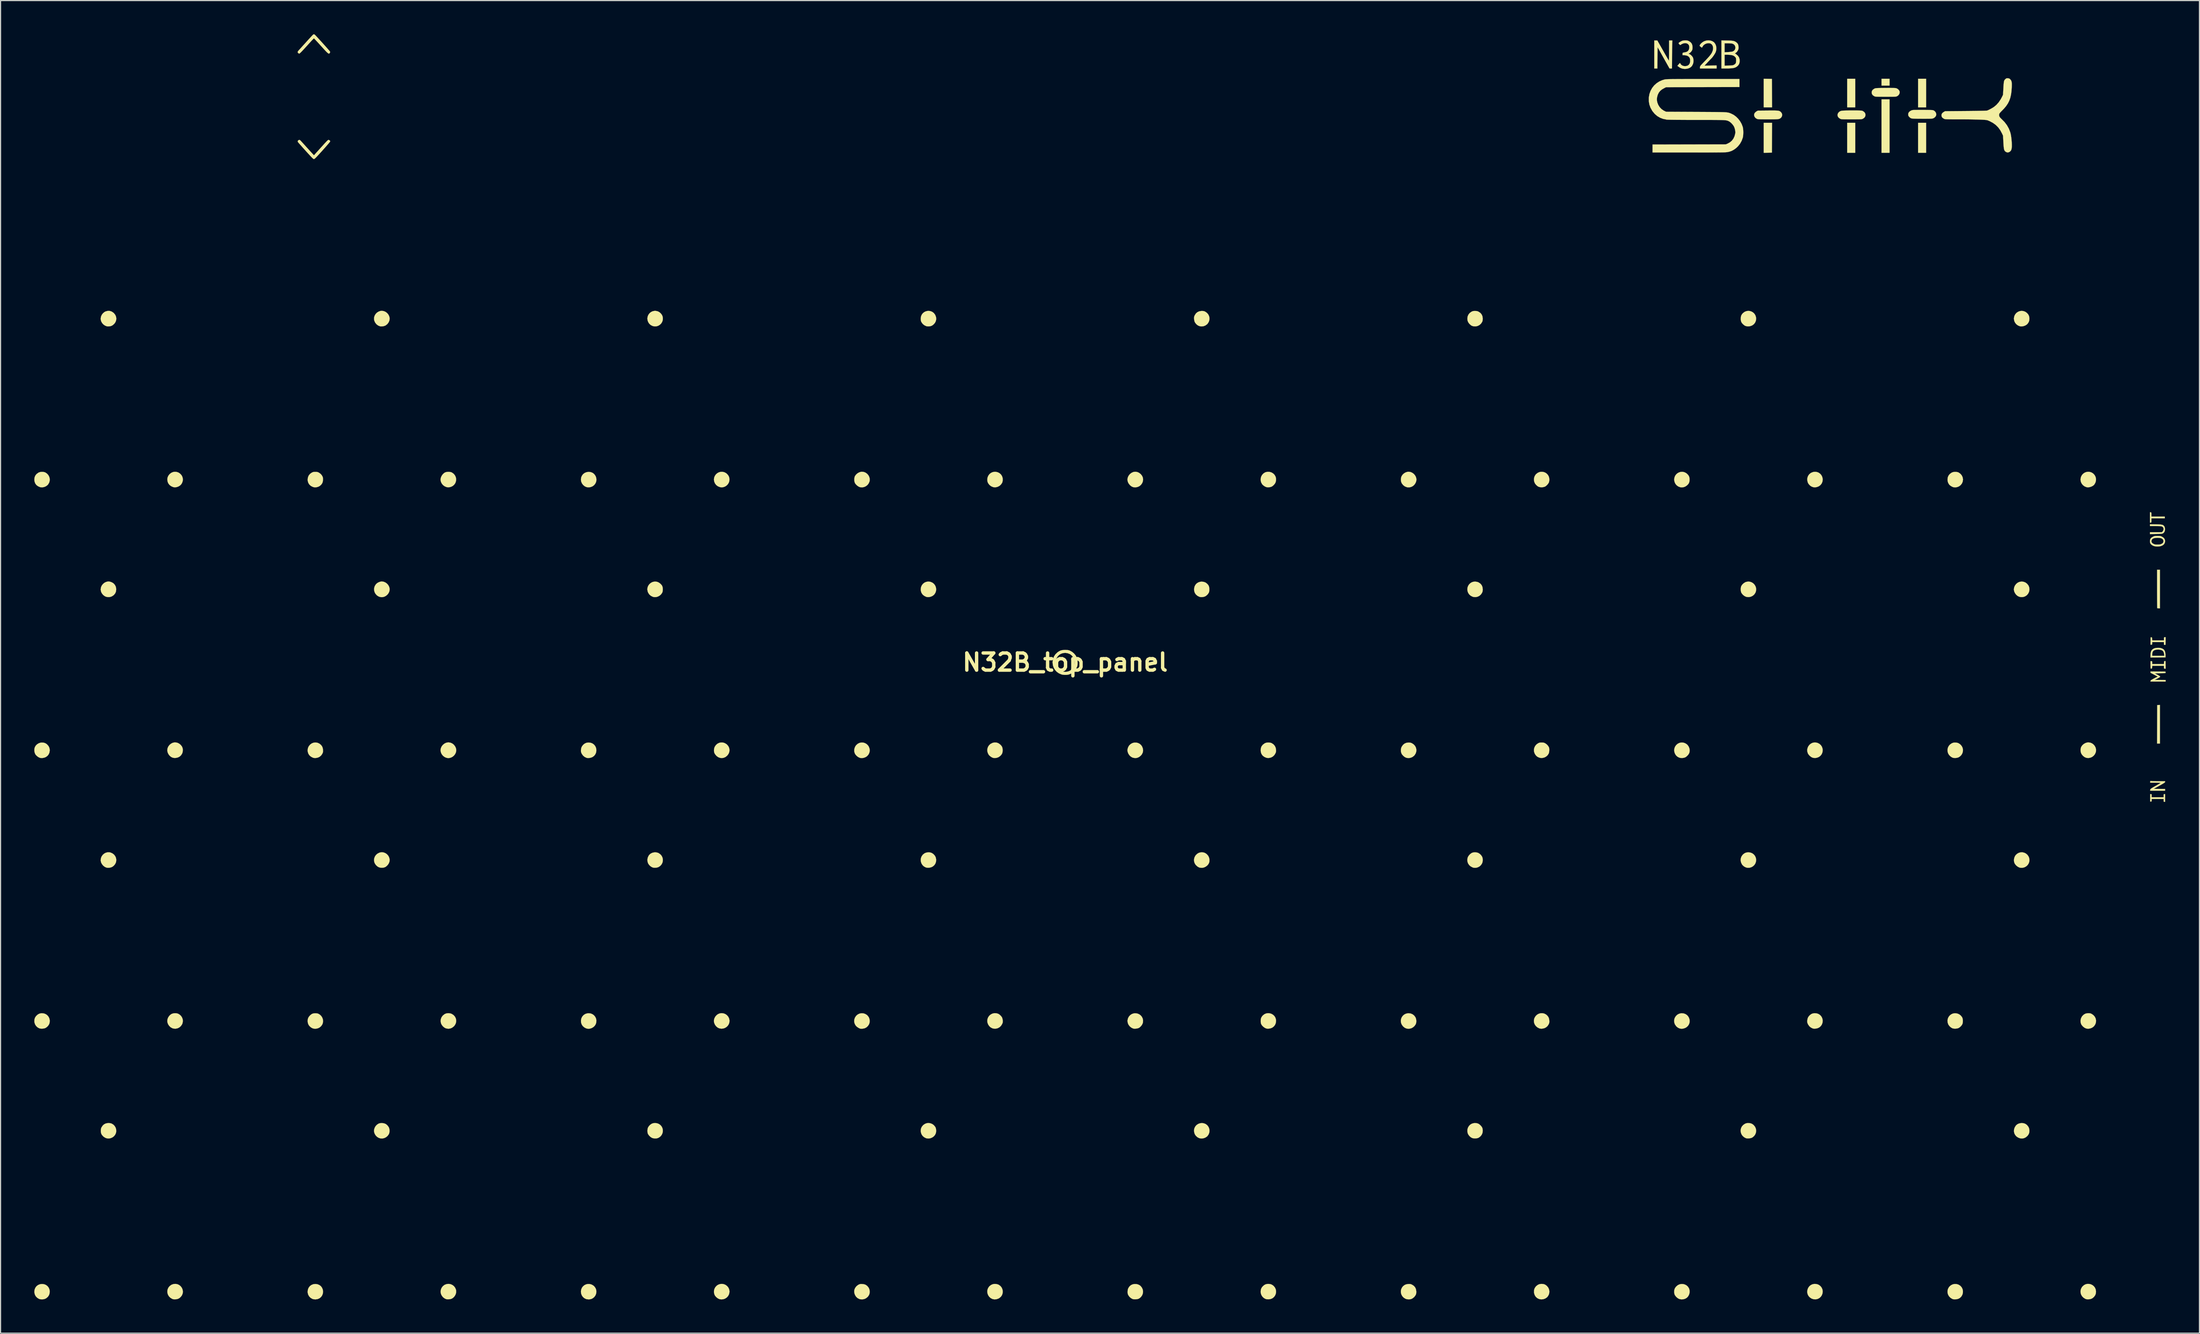
<source format=kicad_pcb>
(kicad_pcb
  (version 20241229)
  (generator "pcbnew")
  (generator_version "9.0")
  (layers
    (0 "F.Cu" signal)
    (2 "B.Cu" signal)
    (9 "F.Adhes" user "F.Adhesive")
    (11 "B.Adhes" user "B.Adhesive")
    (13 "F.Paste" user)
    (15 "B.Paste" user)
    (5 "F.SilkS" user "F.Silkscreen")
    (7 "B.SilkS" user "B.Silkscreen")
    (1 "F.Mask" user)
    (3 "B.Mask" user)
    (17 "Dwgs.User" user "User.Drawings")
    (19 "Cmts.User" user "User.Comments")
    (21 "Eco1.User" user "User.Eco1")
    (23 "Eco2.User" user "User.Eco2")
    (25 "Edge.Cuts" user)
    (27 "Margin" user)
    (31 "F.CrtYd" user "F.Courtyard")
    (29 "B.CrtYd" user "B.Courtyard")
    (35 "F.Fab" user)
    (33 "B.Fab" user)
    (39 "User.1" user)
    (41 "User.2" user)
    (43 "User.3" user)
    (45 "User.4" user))
  (footprint "N32B_top_panel"
    (layer "F.Cu")
    (at 91.689 55.875)
    (property "Reference" "N32B_top_panel" (at 0 0 0) (layer "F.SilkS") (effects (font (size 1.524 1.524) (thickness 0.3))))
    (attr through_hole)
    (fp_poly (pts (xy 70.276 -49.376) (xy 69.564 -49.376) (xy 69.564 -51.919) (xy 70.276 -51.919) (xy 70.276 -49.376)) (stroke (width 0.01) (type solid)) (fill yes) (layer "F.SilkS"))
    (fp_poly (pts (xy 70.276 -45.334) (xy 69.564 -45.334) (xy 69.564 -48.003) (xy 70.276 -48.003) (xy 70.276 -45.334)) (stroke (width 0.01) (type solid)) (fill yes) (layer "F.SilkS"))
    (fp_poly (pts (xy 73.327 -51.309) (xy 72.615 -51.309) (xy 72.615 -51.919) (xy 73.327 -51.919) (xy 73.327 -51.309)) (stroke (width 0.01) (type solid)) (fill yes) (layer "F.SilkS"))
    (fp_poly (pts (xy 73.327 -45.334) (xy 72.615 -45.334) (xy 72.615 -50.088) (xy 73.327 -50.088) (xy 73.327 -45.334)) (stroke (width 0.01) (type solid)) (fill yes) (layer "F.SilkS"))
    (fp_poly (pts (xy 76.581 -49.376) (xy 75.869 -49.376) (xy 75.869 -51.919) (xy 76.581 -51.919) (xy 76.581 -49.376)) (stroke (width 0.01) (type solid)) (fill yes) (layer "F.SilkS"))
    (fp_poly (pts (xy 76.581 -45.334) (xy 75.869 -45.334) (xy 75.869 -48.003) (xy 76.581 -48.003) (xy 76.581 -45.334)) (stroke (width 0.01) (type solid)) (fill yes) (layer "F.SilkS"))
    (fp_poly (pts (xy 97.379 7.221) (xy 97.125 7.221) (xy 97.138 3.801) (xy 97.259 3.793) (xy 97.379 3.786) (xy 97.379 7.221)) (stroke (width 0.01) (type solid)) (fill yes) (layer "F.SilkS"))
    (fp_poly (pts (xy 62.502 -51.913) (xy 62.864 -51.906) (xy 62.871 -50.641) (xy 62.878 -49.376) (xy 62.14 -49.376) (xy 62.14 -51.92) (xy 62.502 -51.913)) (stroke (width 0.01) (type solid)) (fill yes) (layer "F.SilkS"))
    (fp_poly (pts (xy 62.871 -46.675) (xy 62.864 -45.346) (xy 62.502 -45.339) (xy 62.14 -45.332) (xy 62.14 -48.003) (xy 62.878 -48.003) (xy 62.871 -46.675)) (stroke (width 0.01) (type solid)) (fill yes) (layer "F.SilkS"))
    (fp_poly (pts (xy 97.379 -4.805) (xy 97.269 -4.805) (xy 97.198 -4.809) (xy 97.15 -4.818) (xy 97.142 -4.822) (xy 97.139 -4.85) (xy 97.136 -4.924) (xy 97.134 -5.041) (xy 97.132 -5.196) (xy 97.13 -5.385) (xy 97.128 -5.603) (xy 97.127 -5.848) (xy 97.126 -6.113) (xy 97.125 -6.396) (xy 97.125 -6.539) (xy 97.125 -8.238) (xy 97.379 -8.238) (xy 97.379 -4.805)) (stroke (width 0.01) (type solid)) (fill yes) (layer "F.SilkS"))
    (fp_poly (pts (xy 96.585 -13.346) (xy 96.604 -13.332) (xy 96.613 -13.295) (xy 96.616 -13.225) (xy 96.617 -13.158) (xy 96.617 -12.967) (xy 97.812 -12.967) (xy 97.812 -12.814) (xy 96.617 -12.814) (xy 96.617 -12.624) (xy 96.616 -12.527) (xy 96.611 -12.47) (xy 96.599 -12.442) (xy 96.575 -12.434) (xy 96.553 -12.433) (xy 96.489 -12.433) (xy 96.489 -13.348) (xy 96.553 -13.348) (xy 96.585 -13.346)) (stroke (width 0.01) (type solid)) (fill yes) (layer "F.SilkS"))
    (fp_poly (pts (xy -79.014 -16.939) (xy -78.848 -16.876) (xy -78.709 -16.779) (xy -78.586 -16.64) (xy -78.508 -16.482) (xy -78.474 -16.312) (xy -78.485 -16.138) (xy -78.542 -15.967) (xy -78.623 -15.836) (xy -78.734 -15.727) (xy -78.873 -15.644) (xy -79.028 -15.59) (xy -79.186 -15.572) (xy -79.332 -15.592) (xy -79.34 -15.595) (xy -79.525 -15.678) (xy -79.67 -15.791) (xy -79.775 -15.935) (xy -79.827 -16.066) (xy -79.858 -16.253) (xy -79.839 -16.429) (xy -79.771 -16.594) (xy -79.661 -16.738) (xy -79.518 -16.856) (xy -79.357 -16.928) (xy -79.186 -16.956) (xy -79.014 -16.939)) (stroke (width 0.01) (type solid)) (fill yes) (layer "F.SilkS"))
    (fp_poly (pts (xy -42.191 31.239) (xy -42.033 31.305) (xy -41.9 31.406) (xy -41.796 31.535) (xy -41.725 31.685) (xy -41.692 31.851) (xy -41.701 32.024) (xy -41.749 32.185) (xy -41.836 32.327) (xy -41.956 32.444) (xy -42.102 32.531) (xy -42.261 32.583) (xy -42.425 32.597) (xy -42.583 32.568) (xy -42.601 32.562) (xy -42.774 32.471) (xy -42.91 32.349) (xy -43.005 32.199) (xy -43.058 32.027) (xy -43.065 31.847) (xy -43.026 31.666) (xy -42.947 31.508) (xy -42.831 31.379) (xy -42.685 31.283) (xy -42.514 31.228) (xy -42.37 31.215) (xy -42.191 31.239)) (stroke (width 0.01) (type solid)) (fill yes) (layer "F.SilkS"))
    (fp_poly (pts (xy -42.184 -16.922) (xy -42.02 -16.855) (xy -41.883 -16.744) (xy -41.775 -16.593) (xy -41.759 -16.563) (xy -41.701 -16.391) (xy -41.688 -16.218) (xy -41.719 -16.053) (xy -41.788 -15.902) (xy -41.891 -15.771) (xy -42.026 -15.667) (xy -42.187 -15.598) (xy -42.327 -15.573) (xy -42.475 -15.575) (xy -42.59 -15.598) (xy -42.744 -15.673) (xy -42.877 -15.787) (xy -42.98 -15.93) (xy -43.047 -16.091) (xy -43.07 -16.26) (xy -43.047 -16.443) (xy -42.98 -16.606) (xy -42.876 -16.743) (xy -42.74 -16.848) (xy -42.576 -16.917) (xy -42.391 -16.944) (xy -42.371 -16.945) (xy -42.184 -16.922)) (stroke (width 0.01) (type solid)) (fill yes) (layer "F.SilkS"))
    (fp_poly (pts (xy -30.359 55.317) (xy -30.208 55.38) (xy -30.075 55.476) (xy -29.968 55.599) (xy -29.893 55.747) (xy -29.856 55.914) (xy -29.856 56.037) (xy -29.897 56.22) (xy -29.982 56.381) (xy -30.107 56.514) (xy -30.268 56.613) (xy -30.404 56.656) (xy -30.557 56.672) (xy -30.702 56.659) (xy -30.74 56.65) (xy -30.88 56.586) (xy -31.012 56.487) (xy -31.121 56.368) (xy -31.184 56.257) (xy -31.232 56.081) (xy -31.233 55.904) (xy -31.191 55.734) (xy -31.108 55.58) (xy -30.987 55.45) (xy -30.861 55.367) (xy -30.692 55.307) (xy -30.523 55.291) (xy -30.359 55.317)) (stroke (width 0.01) (type solid)) (fill yes) (layer "F.SilkS"))
    (fp_poly (pts (xy -30.309 -16.914) (xy -30.154 -16.831) (xy -30.049 -16.738) (xy -29.947 -16.61) (xy -29.886 -16.478) (xy -29.856 -16.324) (xy -29.856 -16.323) (xy -29.864 -16.148) (xy -29.914 -15.986) (xy -30.001 -15.844) (xy -30.118 -15.725) (xy -30.258 -15.637) (xy -30.415 -15.583) (xy -30.582 -15.571) (xy -30.715 -15.594) (xy -30.894 -15.668) (xy -31.038 -15.779) (xy -31.147 -15.926) (xy -31.213 -16.089) (xy -31.239 -16.261) (xy -31.219 -16.428) (xy -31.159 -16.582) (xy -31.065 -16.718) (xy -30.941 -16.829) (xy -30.794 -16.909) (xy -30.628 -16.95) (xy -30.486 -16.952) (xy -30.309 -16.914)) (stroke (width 0.01) (type solid)) (fill yes) (layer "F.SilkS"))
    (fp_poly (pts (xy -12.024 -7.173) (xy -11.963 -7.159) (xy -11.8 -7.087) (xy -11.667 -6.981) (xy -11.567 -6.849) (xy -11.501 -6.698) (xy -11.472 -6.536) (xy -11.481 -6.37) (xy -11.53 -6.209) (xy -11.621 -6.061) (xy -11.673 -6.004) (xy -11.796 -5.91) (xy -11.944 -5.844) (xy -12.101 -5.808) (xy -12.254 -5.806) (xy -12.36 -5.831) (xy -12.541 -5.921) (xy -12.68 -6.039) (xy -12.778 -6.186) (xy -12.832 -6.358) (xy -12.843 -6.496) (xy -12.82 -6.679) (xy -12.755 -6.841) (xy -12.655 -6.978) (xy -12.525 -7.084) (xy -12.373 -7.155) (xy -12.203 -7.187) (xy -12.024 -7.173)) (stroke (width 0.01) (type solid)) (fill yes) (layer "F.SilkS"))
    (fp_poly (pts (xy -6.059 55.315) (xy -5.893 55.38) (xy -5.754 55.483) (xy -5.646 55.619) (xy -5.575 55.783) (xy -5.549 55.934) (xy -5.559 56.122) (xy -5.614 56.291) (xy -5.714 56.436) (xy -5.855 56.554) (xy -5.928 56.595) (xy -6.103 56.657) (xy -6.281 56.673) (xy -6.452 56.641) (xy -6.461 56.638) (xy -6.62 56.557) (xy -6.748 56.443) (xy -6.843 56.305) (xy -6.902 56.15) (xy -6.925 55.986) (xy -6.909 55.821) (xy -6.851 55.663) (xy -6.752 55.52) (xy -6.731 55.499) (xy -6.582 55.383) (xy -6.414 55.314) (xy -6.246 55.293) (xy -6.059 55.315)) (stroke (width 0.01) (type solid)) (fill yes) (layer "F.SilkS"))
    (fp_poly (pts (xy 6.487 7.175) (xy 6.635 7.252) (xy 6.762 7.365) (xy 6.852 7.5) (xy 6.918 7.681) (xy 6.935 7.859) (xy 6.902 8.03) (xy 6.821 8.191) (xy 6.729 8.3) (xy 6.577 8.421) (xy 6.413 8.493) (xy 6.238 8.516) (xy 6.056 8.488) (xy 5.982 8.464) (xy 5.841 8.384) (xy 5.719 8.267) (xy 5.623 8.122) (xy 5.562 7.964) (xy 5.543 7.818) (xy 5.562 7.678) (xy 5.614 7.531) (xy 5.691 7.402) (xy 5.71 7.378) (xy 5.844 7.256) (xy 5.997 7.176) (xy 6.16 7.137) (xy 6.326 7.137) (xy 6.487 7.175)) (stroke (width 0.01) (type solid)) (fill yes) (layer "F.SilkS"))
    (fp_poly (pts (xy 60.95 16.92) (xy 61.11 16.983) (xy 61.246 17.081) (xy 61.352 17.207) (xy 61.425 17.356) (xy 61.461 17.52) (xy 61.455 17.694) (xy 61.403 17.869) (xy 61.312 18.018) (xy 61.188 18.137) (xy 61.039 18.223) (xy 60.875 18.271) (xy 60.705 18.277) (xy 60.556 18.244) (xy 60.386 18.159) (xy 60.25 18.036) (xy 60.206 17.977) (xy 60.122 17.809) (xy 60.085 17.634) (xy 60.094 17.459) (xy 60.148 17.291) (xy 60.247 17.14) (xy 60.322 17.064) (xy 60.452 16.971) (xy 60.593 16.918) (xy 60.759 16.899) (xy 60.769 16.899) (xy 60.95 16.92)) (stroke (width 0.01) (type solid)) (fill yes) (layer "F.SilkS"))
    (fp_poly (pts (xy 66.744 7.126) (xy 66.927 7.166) (xy 67.087 7.247) (xy 67.217 7.363) (xy 67.314 7.509) (xy 67.37 7.679) (xy 67.384 7.818) (xy 67.36 8.003) (xy 67.294 8.168) (xy 67.188 8.306) (xy 67.05 8.412) (xy 66.884 8.481) (xy 66.748 8.505) (xy 66.6 8.503) (xy 66.485 8.48) (xy 66.359 8.418) (xy 66.236 8.322) (xy 66.13 8.205) (xy 66.065 8.099) (xy 66.013 7.933) (xy 66.006 7.766) (xy 66.041 7.605) (xy 66.111 7.456) (xy 66.213 7.327) (xy 66.341 7.225) (xy 66.49 7.155) (xy 66.657 7.125) (xy 66.744 7.126)) (stroke (width 0.01) (type solid)) (fill yes) (layer "F.SilkS"))
    (fp_poly (pts (xy 91.152 -16.941) (xy 91.312 -16.884) (xy 91.453 -16.79) (xy 91.575 -16.654) (xy 91.655 -16.497) (xy 91.692 -16.327) (xy 91.686 -16.153) (xy 91.637 -15.982) (xy 91.543 -15.823) (xy 91.522 -15.797) (xy 91.419 -15.708) (xy 91.285 -15.638) (xy 91.135 -15.59) (xy 90.986 -15.57) (xy 90.858 -15.583) (xy 90.684 -15.652) (xy 90.538 -15.758) (xy 90.425 -15.893) (xy 90.349 -16.051) (xy 90.316 -16.225) (xy 90.318 -16.322) (xy 90.357 -16.499) (xy 90.434 -16.652) (xy 90.543 -16.777) (xy 90.676 -16.871) (xy 90.826 -16.931) (xy 90.987 -16.956) (xy 91.152 -16.941)) (stroke (width 0.01) (type solid)) (fill yes) (layer "F.SilkS"))
    (fp_poly (pts (xy -90.882 -16.941) (xy -90.749 -16.91) (xy -90.702 -16.889) (xy -90.549 -16.783) (xy -90.433 -16.649) (xy -90.355 -16.496) (xy -90.316 -16.332) (xy -90.318 -16.163) (xy -90.362 -15.998) (xy -90.449 -15.845) (xy -90.517 -15.767) (xy -90.65 -15.667) (xy -90.807 -15.6) (xy -90.974 -15.57) (xy -91.137 -15.581) (xy -91.193 -15.595) (xy -91.373 -15.677) (xy -91.513 -15.789) (xy -91.612 -15.932) (xy -91.669 -16.103) (xy -91.684 -16.266) (xy -91.663 -16.453) (xy -91.6 -16.612) (xy -91.493 -16.748) (xy -91.34 -16.863) (xy -91.293 -16.889) (xy -91.174 -16.93) (xy -91.03 -16.948) (xy -90.882 -16.941)) (stroke (width 0.01) (type solid)) (fill yes) (layer "F.SilkS"))
    (fp_poly (pts (xy -90.813 55.324) (xy -90.649 55.39) (xy -90.512 55.493) (xy -90.407 55.629) (xy -90.339 55.792) (xy -90.318 55.918) (xy -90.325 56.113) (xy -90.377 56.286) (xy -90.474 56.435) (xy -90.616 56.56) (xy -90.65 56.582) (xy -90.784 56.64) (xy -90.941 56.669) (xy -91.101 56.668) (xy -91.246 56.635) (xy -91.277 56.622) (xy -91.439 56.521) (xy -91.562 56.388) (xy -91.644 56.229) (xy -91.681 56.047) (xy -91.683 55.987) (xy -91.66 55.8) (xy -91.594 55.635) (xy -91.49 55.498) (xy -91.355 55.393) (xy -91.191 55.326) (xy -91.006 55.301) (xy -90.998 55.301) (xy -90.813 55.324)) (stroke (width 0.01) (type solid)) (fill yes) (layer "F.SilkS"))
    (fp_poly (pts (xy -84.975 -31.263) (xy -84.808 -31.209) (xy -84.652 -31.106) (xy -84.599 -31.056) (xy -84.485 -30.91) (xy -84.417 -30.751) (xy -84.393 -30.586) (xy -84.411 -30.422) (xy -84.472 -30.265) (xy -84.572 -30.122) (xy -84.712 -30) (xy -84.811 -29.942) (xy -84.905 -29.91) (xy -85.025 -29.891) (xy -85.146 -29.886) (xy -85.239 -29.897) (xy -85.407 -29.965) (xy -85.552 -30.07) (xy -85.667 -30.204) (xy -85.747 -30.36) (xy -85.784 -30.528) (xy -85.785 -30.574) (xy -85.761 -30.742) (xy -85.694 -30.903) (xy -85.591 -31.045) (xy -85.46 -31.158) (xy -85.337 -31.222) (xy -85.151 -31.268) (xy -84.975 -31.263)) (stroke (width 0.01) (type solid)) (fill yes) (layer "F.SilkS"))
    (fp_poly (pts (xy -79.021 31.222) (xy -78.891 31.261) (xy -78.879 31.267) (xy -78.739 31.355) (xy -78.633 31.459) (xy -78.552 31.583) (xy -78.49 31.745) (xy -78.474 31.92) (xy -78.502 32.094) (xy -78.546 32.205) (xy -78.651 32.358) (xy -78.786 32.475) (xy -78.942 32.553) (xy -79.112 32.589) (xy -79.289 32.58) (xy -79.415 32.544) (xy -79.564 32.461) (xy -79.69 32.34) (xy -79.787 32.194) (xy -79.846 32.032) (xy -79.861 31.9) (xy -79.837 31.73) (xy -79.769 31.569) (xy -79.665 31.425) (xy -79.532 31.311) (xy -79.461 31.272) (xy -79.325 31.227) (xy -79.172 31.211) (xy -79.021 31.222)) (stroke (width 0.01) (type solid)) (fill yes) (layer "F.SilkS"))
    (fp_poly (pts (xy -66.504 55.324) (xy -66.34 55.39) (xy -66.202 55.493) (xy -66.098 55.63) (xy -66.03 55.794) (xy -66.005 55.98) (xy -66.005 55.987) (xy -66.028 56.172) (xy -66.094 56.336) (xy -66.197 56.473) (xy -66.333 56.579) (xy -66.496 56.647) (xy -66.681 56.672) (xy -66.691 56.672) (xy -66.844 56.659) (xy -66.96 56.625) (xy -67.122 56.526) (xy -67.247 56.395) (xy -67.332 56.238) (xy -67.374 56.06) (xy -67.377 55.988) (xy -67.353 55.8) (xy -67.287 55.635) (xy -67.184 55.498) (xy -67.048 55.393) (xy -66.884 55.325) (xy -66.698 55.301) (xy -66.691 55.301) (xy -66.504 55.324)) (stroke (width 0.01) (type solid)) (fill yes) (layer "F.SilkS"))
    (fp_poly (pts (xy -60.613 16.913) (xy -60.458 16.973) (xy -60.321 17.069) (xy -60.209 17.195) (xy -60.128 17.345) (xy -60.085 17.514) (xy -60.08 17.598) (xy -60.104 17.751) (xy -60.169 17.904) (xy -60.268 18.044) (xy -60.393 18.16) (xy -60.487 18.218) (xy -60.609 18.258) (xy -60.755 18.273) (xy -60.905 18.264) (xy -61.039 18.229) (xy -61.177 18.15) (xy -61.301 18.033) (xy -61.396 17.893) (xy -61.443 17.779) (xy -61.471 17.6) (xy -61.451 17.427) (xy -61.389 17.266) (xy -61.288 17.124) (xy -61.152 17.01) (xy -60.986 16.929) (xy -60.95 16.917) (xy -60.779 16.892) (xy -60.613 16.913)) (stroke (width 0.01) (type solid)) (fill yes) (layer "F.SilkS"))
    (fp_poly (pts (xy -60.606 -31.249) (xy -60.449 -31.182) (xy -60.31 -31.078) (xy -60.198 -30.946) (xy -60.12 -30.792) (xy -60.082 -30.625) (xy -60.08 -30.574) (xy -60.104 -30.408) (xy -60.172 -30.249) (xy -60.275 -30.107) (xy -60.407 -29.996) (xy -60.463 -29.963) (xy -60.591 -29.915) (xy -60.735 -29.889) (xy -60.872 -29.887) (xy -60.936 -29.898) (xy -61.104 -29.966) (xy -61.248 -30.074) (xy -61.363 -30.215) (xy -61.44 -30.38) (xy -61.467 -30.503) (xy -61.466 -30.673) (xy -61.42 -30.835) (xy -61.335 -30.981) (xy -61.219 -31.105) (xy -61.077 -31.199) (xy -60.917 -31.258) (xy -60.776 -31.273) (xy -60.606 -31.249)) (stroke (width 0.01) (type solid)) (fill yes) (layer "F.SilkS"))
    (fp_poly (pts (xy -54.674 31.233) (xy -54.547 31.28) (xy -54.392 31.385) (xy -54.276 31.517) (xy -54.199 31.668) (xy -54.163 31.831) (xy -54.169 31.998) (xy -54.218 32.162) (xy -54.312 32.315) (xy -54.368 32.379) (xy -54.52 32.499) (xy -54.686 32.571) (xy -54.862 32.594) (xy -55.045 32.567) (xy -55.096 32.551) (xy -55.223 32.484) (xy -55.343 32.381) (xy -55.443 32.255) (xy -55.51 32.122) (xy -55.518 32.099) (xy -55.547 31.914) (xy -55.528 31.736) (xy -55.464 31.571) (xy -55.358 31.426) (xy -55.212 31.308) (xy -55.148 31.271) (xy -55.002 31.222) (xy -54.838 31.21) (xy -54.674 31.233)) (stroke (width 0.01) (type solid)) (fill yes) (layer "F.SilkS"))
    (fp_poly (pts (xy -42.281 55.306) (xy -42.115 55.353) (xy -41.963 55.441) (xy -41.86 55.537) (xy -41.761 55.684) (xy -41.706 55.841) (xy -41.692 56.003) (xy -41.716 56.162) (xy -41.774 56.311) (xy -41.865 56.443) (xy -41.984 56.551) (xy -42.128 56.629) (xy -42.295 56.668) (xy -42.371 56.672) (xy -42.474 56.665) (xy -42.572 56.65) (xy -42.619 56.637) (xy -42.777 56.556) (xy -42.903 56.442) (xy -42.995 56.302) (xy -43.051 56.145) (xy -43.07 55.979) (xy -43.048 55.812) (xy -42.985 55.651) (xy -42.904 55.534) (xy -42.771 55.415) (xy -42.617 55.338) (xy -42.451 55.301) (xy -42.281 55.306)) (stroke (width 0.01) (type solid)) (fill yes) (layer "F.SilkS"))
    (fp_poly (pts (xy -36.41 -31.267) (xy -36.233 -31.228) (xy -36.079 -31.146) (xy -35.973 -31.053) (xy -35.871 -30.925) (xy -35.81 -30.793) (xy -35.78 -30.639) (xy -35.78 -30.637) (xy -35.787 -30.46) (xy -35.837 -30.298) (xy -35.923 -30.155) (xy -36.039 -30.038) (xy -36.178 -29.95) (xy -36.334 -29.897) (xy -36.501 -29.885) (xy -36.672 -29.918) (xy -36.684 -29.922) (xy -36.852 -30.004) (xy -36.983 -30.119) (xy -37.082 -30.267) (xy -37.143 -30.436) (xy -37.158 -30.605) (xy -37.132 -30.768) (xy -37.068 -30.919) (xy -36.972 -31.051) (xy -36.847 -31.157) (xy -36.699 -31.231) (xy -36.53 -31.267) (xy -36.41 -31.267)) (stroke (width 0.01) (type solid)) (fill yes) (layer "F.SilkS"))
    (fp_poly (pts (xy -36.277 -7.161) (xy -36.136 -7.098) (xy -36.002 -6.999) (xy -35.89 -6.879) (xy -35.843 -6.805) (xy -35.803 -6.691) (xy -35.785 -6.55) (xy -35.788 -6.403) (xy -35.811 -6.268) (xy -35.842 -6.19) (xy -35.943 -6.046) (xy -36.074 -5.932) (xy -36.226 -5.851) (xy -36.388 -5.807) (xy -36.552 -5.805) (xy -36.667 -5.832) (xy -36.845 -5.919) (xy -36.985 -6.04) (xy -37.087 -6.194) (xy -37.136 -6.323) (xy -37.162 -6.494) (xy -37.143 -6.659) (xy -37.084 -6.81) (xy -36.992 -6.943) (xy -36.871 -7.053) (xy -36.729 -7.134) (xy -36.57 -7.179) (xy -36.4 -7.184) (xy -36.277 -7.161)) (stroke (width 0.01) (type solid)) (fill yes) (layer "F.SilkS"))
    (fp_poly (pts (xy -30.443 7.132) (xy -30.278 7.181) (xy -30.124 7.274) (xy -30.076 7.314) (xy -29.955 7.459) (xy -29.88 7.619) (xy -29.851 7.787) (xy -29.867 7.958) (xy -29.93 8.123) (xy -30.038 8.276) (xy -30.066 8.305) (xy -30.216 8.424) (xy -30.379 8.493) (xy -30.554 8.513) (xy -30.705 8.493) (xy -30.868 8.429) (xy -31.014 8.319) (xy -31.137 8.17) (xy -31.186 8.085) (xy -31.224 7.967) (xy -31.235 7.825) (xy -31.22 7.676) (xy -31.179 7.54) (xy -31.165 7.51) (xy -31.06 7.356) (xy -30.928 7.24) (xy -30.776 7.163) (xy -30.612 7.127) (xy -30.443 7.132)) (stroke (width 0.01) (type solid)) (fill yes) (layer "F.SilkS"))
    (fp_poly (pts (xy -30.372 31.232) (xy -30.215 31.294) (xy -30.077 31.393) (xy -29.965 31.524) (xy -29.887 31.683) (xy -29.886 31.686) (xy -29.851 31.861) (xy -29.863 32.029) (xy -29.914 32.184) (xy -30 32.322) (xy -30.115 32.436) (xy -30.255 32.523) (xy -30.412 32.575) (xy -30.583 32.588) (xy -30.762 32.557) (xy -30.766 32.556) (xy -30.912 32.486) (xy -31.042 32.375) (xy -31.145 32.235) (xy -31.214 32.073) (xy -31.235 31.98) (xy -31.235 31.818) (xy -31.19 31.656) (xy -31.106 31.504) (xy -30.987 31.374) (xy -30.867 31.289) (xy -30.706 31.226) (xy -30.538 31.208) (xy -30.372 31.232)) (stroke (width 0.01) (type solid)) (fill yes) (layer "F.SilkS"))
    (fp_poly (pts (xy -17.964 7.137) (xy -17.804 7.183) (xy -17.657 7.268) (xy -17.532 7.391) (xy -17.456 7.51) (xy -17.394 7.685) (xy -17.379 7.862) (xy -17.411 8.035) (xy -17.488 8.196) (xy -17.609 8.337) (xy -17.624 8.35) (xy -17.759 8.437) (xy -17.917 8.494) (xy -18.081 8.516) (xy -18.235 8.499) (xy -18.256 8.494) (xy -18.405 8.425) (xy -18.544 8.318) (xy -18.658 8.185) (xy -18.7 8.113) (xy -18.751 7.958) (xy -18.759 7.79) (xy -18.727 7.621) (xy -18.656 7.463) (xy -18.584 7.365) (xy -18.448 7.244) (xy -18.293 7.167) (xy -18.129 7.132) (xy -17.964 7.137)) (stroke (width 0.01) (type solid)) (fill yes) (layer "F.SilkS"))
    (fp_poly (pts (xy -11.966 41.009) (xy -11.81 41.075) (xy -11.671 41.18) (xy -11.557 41.321) (xy -11.528 41.373) (xy -11.489 41.489) (xy -11.472 41.631) (xy -11.478 41.778) (xy -11.505 41.902) (xy -11.581 42.054) (xy -11.694 42.181) (xy -11.835 42.276) (xy -11.994 42.338) (xy -12.164 42.36) (xy -12.334 42.34) (xy -12.385 42.324) (xy -12.55 42.239) (xy -12.683 42.119) (xy -12.779 41.968) (xy -12.833 41.795) (xy -12.845 41.66) (xy -12.822 41.483) (xy -12.756 41.327) (xy -12.644 41.186) (xy -12.611 41.156) (xy -12.463 41.054) (xy -12.301 40.996) (xy -12.133 40.982) (xy -11.966 41.009)) (stroke (width 0.01) (type solid)) (fill yes) (layer "F.SilkS"))
    (fp_poly (pts (xy 6.41 -16.935) (xy 6.573 -16.865) (xy 6.724 -16.747) (xy 6.727 -16.744) (xy 6.845 -16.594) (xy 6.915 -16.43) (xy 6.936 -16.256) (xy 6.907 -16.078) (xy 6.853 -15.945) (xy 6.751 -15.797) (xy 6.616 -15.682) (xy 6.458 -15.606) (xy 6.284 -15.57) (xy 6.105 -15.578) (xy 6.016 -15.601) (xy 5.899 -15.657) (xy 5.779 -15.754) (xy 5.758 -15.774) (xy 5.639 -15.925) (xy 5.567 -16.088) (xy 5.543 -16.258) (xy 5.566 -16.427) (xy 5.637 -16.59) (xy 5.754 -16.741) (xy 5.757 -16.744) (xy 5.908 -16.863) (xy 6.071 -16.935) (xy 6.24 -16.959) (xy 6.41 -16.935)) (stroke (width 0.01) (type solid)) (fill yes) (layer "F.SilkS"))
    (fp_poly (pts (xy 12.334 41.006) (xy 12.491 41.067) (xy 12.631 41.17) (xy 12.654 41.192) (xy 12.759 41.337) (xy 12.821 41.5) (xy 12.841 41.671) (xy 12.82 41.841) (xy 12.758 42.002) (xy 12.656 42.144) (xy 12.606 42.192) (xy 12.459 42.286) (xy 12.289 42.343) (xy 12.112 42.358) (xy 11.94 42.33) (xy 11.915 42.321) (xy 11.77 42.245) (xy 11.639 42.127) (xy 11.556 42.016) (xy 11.496 41.876) (xy 11.468 41.714) (xy 11.474 41.549) (xy 11.506 41.425) (xy 11.59 41.27) (xy 11.706 41.147) (xy 11.847 41.057) (xy 12.004 41.003) (xy 12.169 40.985) (xy 12.334 41.006)) (stroke (width 0.01) (type solid)) (fill yes) (layer "F.SilkS"))
    (fp_poly (pts (xy 36.673 -7.153) (xy 36.786 -7.107) (xy 36.941 -6.997) (xy 37.053 -6.862) (xy 37.121 -6.699) (xy 37.146 -6.51) (xy 37.147 -6.489) (xy 37.14 -6.369) (xy 37.118 -6.271) (xy 37.081 -6.184) (xy 36.981 -6.036) (xy 36.849 -5.921) (xy 36.693 -5.843) (xy 36.524 -5.806) (xy 36.35 -5.813) (xy 36.242 -5.842) (xy 36.078 -5.924) (xy 35.949 -6.036) (xy 35.855 -6.171) (xy 35.797 -6.322) (xy 35.774 -6.48) (xy 35.788 -6.64) (xy 35.839 -6.793) (xy 35.927 -6.933) (xy 36.052 -7.052) (xy 36.18 -7.128) (xy 36.336 -7.175) (xy 36.506 -7.183) (xy 36.673 -7.153)) (stroke (width 0.01) (type solid)) (fill yes) (layer "F.SilkS"))
    (fp_poly (pts (xy 54.959 7.136) (xy 55.122 7.182) (xy 55.273 7.269) (xy 55.375 7.365) (xy 55.472 7.509) (xy 55.532 7.672) (xy 55.552 7.842) (xy 55.531 8.007) (xy 55.491 8.113) (xy 55.415 8.227) (xy 55.311 8.338) (xy 55.198 8.426) (xy 55.161 8.447) (xy 55.039 8.489) (xy 54.893 8.508) (xy 54.744 8.502) (xy 54.637 8.48) (xy 54.481 8.404) (xy 54.353 8.293) (xy 54.257 8.155) (xy 54.196 7.997) (xy 54.173 7.828) (xy 54.192 7.657) (xy 54.247 7.509) (xy 54.35 7.358) (xy 54.481 7.244) (xy 54.631 7.169) (xy 54.793 7.132) (xy 54.959 7.136)) (stroke (width 0.01) (type solid)) (fill yes) (layer "F.SilkS"))
    (fp_poly (pts (xy 66.885 55.318) (xy 67.046 55.385) (xy 67.182 55.489) (xy 67.288 55.624) (xy 67.358 55.783) (xy 67.384 55.961) (xy 67.384 55.97) (xy 67.361 56.155) (xy 67.298 56.317) (xy 67.2 56.454) (xy 67.074 56.561) (xy 66.927 56.633) (xy 66.765 56.668) (xy 66.593 56.662) (xy 66.419 56.609) (xy 66.388 56.594) (xy 66.237 56.494) (xy 66.125 56.371) (xy 66.05 56.231) (xy 66.012 56.081) (xy 66.009 55.927) (xy 66.039 55.776) (xy 66.1 55.635) (xy 66.191 55.509) (xy 66.31 55.407) (xy 66.455 55.334) (xy 66.626 55.296) (xy 66.705 55.293) (xy 66.885 55.318)) (stroke (width 0.01) (type solid)) (fill yes) (layer "F.SilkS"))
    (fp_poly (pts (xy 85.229 -31.253) (xy 85.39 -31.196) (xy 85.539 -31.094) (xy 85.659 -30.962) (xy 85.734 -30.814) (xy 85.767 -30.641) (xy 85.769 -30.574) (xy 85.756 -30.415) (xy 85.71 -30.278) (xy 85.624 -30.145) (xy 85.595 -30.108) (xy 85.492 -30.02) (xy 85.358 -29.949) (xy 85.207 -29.902) (xy 85.057 -29.884) (xy 84.934 -29.897) (xy 84.759 -29.967) (xy 84.613 -30.073) (xy 84.5 -30.208) (xy 84.424 -30.367) (xy 84.392 -30.541) (xy 84.394 -30.637) (xy 84.432 -30.814) (xy 84.51 -30.966) (xy 84.619 -31.091) (xy 84.752 -31.184) (xy 84.903 -31.245) (xy 85.064 -31.268) (xy 85.229 -31.253)) (stroke (width 0.01) (type solid)) (fill yes) (layer "F.SilkS"))
    (fp_poly (pts (xy 85.247 -7.169) (xy 85.412 -7.106) (xy 85.556 -7) (xy 85.673 -6.854) (xy 85.704 -6.801) (xy 85.761 -6.638) (xy 85.773 -6.466) (xy 85.742 -6.294) (xy 85.67 -6.134) (xy 85.559 -5.994) (xy 85.527 -5.965) (xy 85.373 -5.865) (xy 85.202 -5.812) (xy 85.019 -5.806) (xy 84.86 -5.839) (xy 84.72 -5.907) (xy 84.594 -6.014) (xy 84.492 -6.15) (xy 84.42 -6.303) (xy 84.388 -6.462) (xy 84.387 -6.496) (xy 84.411 -6.664) (xy 84.479 -6.824) (xy 84.582 -6.965) (xy 84.713 -7.078) (xy 84.866 -7.153) (xy 84.884 -7.159) (xy 85.069 -7.188) (xy 85.247 -7.169)) (stroke (width 0.01) (type solid)) (fill yes) (layer "F.SilkS"))
    (fp_poly (pts (xy 91.182 7.143) (xy 91.339 7.208) (xy 91.473 7.309) (xy 91.581 7.437) (xy 91.657 7.587) (xy 91.695 7.75) (xy 91.69 7.92) (xy 91.674 7.992) (xy 91.601 8.16) (xy 91.492 8.3) (xy 91.355 8.408) (xy 91.198 8.479) (xy 91.028 8.51) (xy 90.853 8.496) (xy 90.791 8.479) (xy 90.653 8.412) (xy 90.525 8.308) (xy 90.421 8.18) (xy 90.361 8.065) (xy 90.321 7.9) (xy 90.32 7.729) (xy 90.357 7.568) (xy 90.382 7.511) (xy 90.478 7.373) (xy 90.609 7.258) (xy 90.762 7.173) (xy 90.924 7.126) (xy 91.01 7.119) (xy 91.182 7.143)) (stroke (width 0.01) (type solid)) (fill yes) (layer "F.SilkS"))
    (fp_poly (pts (xy 96.615 11.725) (xy 96.634 11.744) (xy 96.641 11.791) (xy 96.642 11.861) (xy 96.642 12.001) (xy 97.71 12.001) (xy 97.71 11.861) (xy 97.712 11.781) (xy 97.72 11.739) (xy 97.742 11.723) (xy 97.773 11.721) (xy 97.837 11.721) (xy 97.837 12.408) (xy 97.773 12.408) (xy 97.736 12.403) (xy 97.717 12.382) (xy 97.711 12.332) (xy 97.71 12.28) (xy 97.71 12.153) (xy 96.642 12.153) (xy 96.642 12.268) (xy 96.639 12.338) (xy 96.626 12.372) (xy 96.596 12.382) (xy 96.578 12.382) (xy 96.515 12.382) (xy 96.515 11.721) (xy 96.578 11.721) (xy 96.615 11.725)) (stroke (width 0.01) (type solid)) (fill yes) (layer "F.SilkS"))
    (fp_poly (pts (xy -84.995 16.9) (xy -84.915 16.917) (xy -84.743 16.991) (xy -84.601 17.1) (xy -84.493 17.237) (xy -84.423 17.395) (xy -84.395 17.566) (xy -84.413 17.745) (xy -84.422 17.779) (xy -84.491 17.933) (xy -84.597 18.069) (xy -84.729 18.177) (xy -84.834 18.229) (xy -84.981 18.267) (xy -85.134 18.278) (xy -85.269 18.259) (xy -85.278 18.257) (xy -85.431 18.187) (xy -85.565 18.079) (xy -85.674 17.945) (xy -85.75 17.793) (xy -85.784 17.634) (xy -85.785 17.598) (xy -85.763 17.421) (xy -85.698 17.262) (xy -85.6 17.124) (xy -85.474 17.014) (xy -85.326 16.936) (xy -85.164 16.896) (xy -84.995 16.9)) (stroke (width 0.01) (type solid)) (fill yes) (layer "F.SilkS"))
    (fp_poly (pts (xy -84.987 40.992) (xy -84.888 41.007) (xy -84.829 41.024) (xy -84.671 41.115) (xy -84.546 41.24) (xy -84.456 41.391) (xy -84.406 41.559) (xy -84.4 41.736) (xy -84.423 41.861) (xy -84.495 42.023) (xy -84.602 42.157) (xy -84.738 42.26) (xy -84.892 42.328) (xy -85.059 42.358) (xy -85.229 42.345) (xy -85.366 42.299) (xy -85.531 42.195) (xy -85.662 42.055) (xy -85.716 41.968) (xy -85.757 41.849) (xy -85.774 41.705) (xy -85.767 41.557) (xy -85.737 41.424) (xy -85.716 41.377) (xy -85.607 41.212) (xy -85.477 41.093) (xy -85.323 41.019) (xy -85.144 40.987) (xy -85.093 40.986) (xy -84.987 40.992)) (stroke (width 0.01) (type solid)) (fill yes) (layer "F.SilkS"))
    (fp_poly (pts (xy -78.952 55.324) (xy -78.798 55.396) (xy -78.666 55.505) (xy -78.562 55.648) (xy -78.499 55.8) (xy -78.47 55.981) (xy -78.492 56.155) (xy -78.563 56.32) (xy -78.656 56.443) (xy -78.778 56.555) (xy -78.912 56.625) (xy -79.072 56.66) (xy -79.137 56.666) (xy -79.245 56.668) (xy -79.327 56.658) (xy -79.404 56.632) (xy -79.442 56.615) (xy -79.6 56.515) (xy -79.72 56.389) (xy -79.803 56.245) (xy -79.848 56.088) (xy -79.856 55.927) (xy -79.825 55.769) (xy -79.757 55.621) (xy -79.65 55.489) (xy -79.505 55.383) (xy -79.466 55.362) (xy -79.293 55.303) (xy -79.119 55.292) (xy -78.952 55.324)) (stroke (width 0.01) (type solid)) (fill yes) (layer "F.SilkS"))
    (fp_poly (pts (xy -66.574 31.224) (xy -66.457 31.248) (xy -66.43 31.258) (xy -66.276 31.35) (xy -66.154 31.475) (xy -66.065 31.624) (xy -66.014 31.788) (xy -66.004 31.959) (xy -66.037 32.129) (xy -66.07 32.209) (xy -66.172 32.36) (xy -66.306 32.476) (xy -66.463 32.555) (xy -66.636 32.592) (xy -66.815 32.586) (xy -66.933 32.555) (xy -67.076 32.48) (xy -67.204 32.367) (xy -67.292 32.248) (xy -67.351 32.103) (xy -67.376 31.937) (xy -67.366 31.77) (xy -67.327 31.635) (xy -67.25 31.506) (xy -67.141 31.386) (xy -67.015 31.291) (xy -66.953 31.259) (xy -66.845 31.23) (xy -66.711 31.218) (xy -66.574 31.224)) (stroke (width 0.01) (type solid)) (fill yes) (layer "F.SilkS"))
    (fp_poly (pts (xy -54.762 -16.945) (xy -54.628 -16.921) (xy -54.549 -16.891) (xy -54.396 -16.783) (xy -54.279 -16.646) (xy -54.202 -16.488) (xy -54.167 -16.317) (xy -54.177 -16.141) (xy -54.233 -15.966) (xy -54.242 -15.947) (xy -54.342 -15.803) (xy -54.474 -15.69) (xy -54.63 -15.613) (xy -54.798 -15.576) (xy -54.97 -15.582) (xy -55.026 -15.595) (xy -55.191 -15.665) (xy -55.333 -15.771) (xy -55.445 -15.907) (xy -55.521 -16.063) (xy -55.554 -16.231) (xy -55.554 -16.261) (xy -55.531 -16.417) (xy -55.467 -16.574) (xy -55.37 -16.717) (xy -55.248 -16.835) (xy -55.164 -16.889) (xy -55.05 -16.929) (xy -54.909 -16.947) (xy -54.762 -16.945)) (stroke (width 0.01) (type solid)) (fill yes) (layer "F.SilkS"))
    (fp_poly (pts (xy -54.649 55.323) (xy -54.496 55.392) (xy -54.364 55.496) (xy -54.259 55.63) (xy -54.188 55.791) (xy -54.164 55.908) (xy -54.169 56.075) (xy -54.218 56.239) (xy -54.305 56.391) (xy -54.424 56.519) (xy -54.549 56.603) (xy -54.642 56.636) (xy -54.761 56.658) (xy -54.886 56.667) (xy -54.996 56.662) (xy -55.046 56.651) (xy -55.188 56.588) (xy -55.313 56.494) (xy -55.37 56.436) (xy -55.473 56.29) (xy -55.532 56.13) (xy -55.548 55.963) (xy -55.523 55.798) (xy -55.459 55.643) (xy -55.357 55.506) (xy -55.219 55.395) (xy -55.159 55.362) (xy -54.988 55.304) (xy -54.815 55.292) (xy -54.649 55.323)) (stroke (width 0.01) (type solid)) (fill yes) (layer "F.SilkS"))
    (fp_poly (pts (xy -36.219 16.942) (xy -36.164 16.966) (xy -36.012 17.07) (xy -35.897 17.199) (xy -35.821 17.348) (xy -35.783 17.507) (xy -35.783 17.67) (xy -35.821 17.829) (xy -35.898 17.977) (xy -36.012 18.107) (xy -36.164 18.209) (xy -36.286 18.251) (xy -36.431 18.271) (xy -36.578 18.269) (xy -36.703 18.242) (xy -36.705 18.241) (xy -36.841 18.168) (xy -36.968 18.058) (xy -37.069 17.925) (xy -37.089 17.89) (xy -37.145 17.726) (xy -37.157 17.552) (xy -37.125 17.377) (xy -37.051 17.212) (xy -36.984 17.119) (xy -36.864 17.014) (xy -36.715 16.941) (xy -36.55 16.904) (xy -36.38 16.903) (xy -36.219 16.942)) (stroke (width 0.01) (type solid)) (fill yes) (layer "F.SilkS"))
    (fp_poly (pts (xy -17.893 -16.935) (xy -17.738 -16.87) (xy -17.603 -16.769) (xy -17.495 -16.641) (xy -17.419 -16.492) (xy -17.38 -16.329) (xy -17.385 -16.16) (xy -17.401 -16.086) (xy -17.474 -15.919) (xy -17.582 -15.779) (xy -17.719 -15.671) (xy -17.876 -15.599) (xy -18.045 -15.568) (xy -18.22 -15.581) (xy -18.283 -15.598) (xy -18.4 -15.655) (xy -18.519 -15.743) (xy -18.625 -15.85) (xy -18.695 -15.951) (xy -18.734 -16.065) (xy -18.753 -16.205) (xy -18.75 -16.353) (xy -18.726 -16.487) (xy -18.696 -16.566) (xy -18.596 -16.706) (xy -18.463 -16.822) (xy -18.308 -16.907) (xy -18.145 -16.953) (xy -18.065 -16.959) (xy -17.893 -16.935)) (stroke (width 0.01) (type solid)) (fill yes) (layer "F.SilkS"))
    (fp_poly (pts (xy 6.418 31.239) (xy 6.581 31.304) (xy 6.718 31.403) (xy 6.826 31.532) (xy 6.899 31.683) (xy 6.932 31.85) (xy 6.922 32.027) (xy 6.906 32.093) (xy 6.844 32.232) (xy 6.746 32.366) (xy 6.627 32.476) (xy 6.55 32.524) (xy 6.456 32.557) (xy 6.336 32.58) (xy 6.21 32.589) (xy 6.1 32.584) (xy 6.051 32.573) (xy 5.887 32.495) (xy 5.749 32.383) (xy 5.642 32.243) (xy 5.573 32.085) (xy 5.547 31.916) (xy 5.55 31.845) (xy 5.592 31.664) (xy 5.675 31.507) (xy 5.793 31.378) (xy 5.939 31.283) (xy 6.108 31.228) (xy 6.236 31.216) (xy 6.418 31.239)) (stroke (width 0.01) (type solid)) (fill yes) (layer "F.SilkS"))
    (fp_poly (pts (xy 12.341 -7.159) (xy 12.505 -7.092) (xy 12.64 -6.986) (xy 12.733 -6.878) (xy 12.791 -6.766) (xy 12.82 -6.635) (xy 12.827 -6.496) (xy 12.822 -6.364) (xy 12.805 -6.266) (xy 12.778 -6.194) (xy 12.686 -6.057) (xy 12.56 -5.938) (xy 12.452 -5.87) (xy 12.336 -5.829) (xy 12.199 -5.807) (xy 12.063 -5.807) (xy 11.949 -5.83) (xy 11.947 -5.831) (xy 11.768 -5.92) (xy 11.63 -6.04) (xy 11.533 -6.186) (xy 11.48 -6.357) (xy 11.472 -6.542) (xy 11.507 -6.728) (xy 11.584 -6.889) (xy 11.697 -7.018) (xy 11.842 -7.113) (xy 12.013 -7.168) (xy 12.153 -7.181) (xy 12.341 -7.159)) (stroke (width 0.01) (type solid)) (fill yes) (layer "F.SilkS"))
    (fp_poly (pts (xy 18.238 55.309) (xy 18.376 55.356) (xy 18.505 55.442) (xy 18.54 55.472) (xy 18.655 55.608) (xy 18.729 55.762) (xy 18.762 55.926) (xy 18.755 56.093) (xy 18.71 56.253) (xy 18.628 56.399) (xy 18.509 56.522) (xy 18.392 56.596) (xy 18.254 56.644) (xy 18.097 56.666) (xy 17.941 56.66) (xy 17.833 56.633) (xy 17.68 56.552) (xy 17.553 56.433) (xy 17.458 56.286) (xy 17.403 56.122) (xy 17.391 56.004) (xy 17.403 55.839) (xy 17.443 55.705) (xy 17.516 55.583) (xy 17.562 55.529) (xy 17.694 55.407) (xy 17.835 55.331) (xy 17.994 55.297) (xy 18.074 55.294) (xy 18.238 55.309)) (stroke (width 0.01) (type solid)) (fill yes) (layer "F.SilkS"))
    (fp_poly (pts (xy 30.718 -16.935) (xy 30.875 -16.867) (xy 31.014 -16.764) (xy 31.127 -16.632) (xy 31.207 -16.48) (xy 31.245 -16.314) (xy 31.248 -16.26) (xy 31.224 -16.097) (xy 31.159 -15.94) (xy 31.06 -15.799) (xy 30.935 -15.686) (xy 30.791 -15.609) (xy 30.764 -15.601) (xy 30.615 -15.568) (xy 30.481 -15.568) (xy 30.396 -15.584) (xy 30.221 -15.652) (xy 30.072 -15.763) (xy 29.954 -15.913) (xy 29.924 -15.967) (xy 29.877 -16.105) (xy 29.863 -16.264) (xy 29.88 -16.424) (xy 29.924 -16.559) (xy 30.018 -16.699) (xy 30.146 -16.816) (xy 30.297 -16.903) (xy 30.459 -16.951) (xy 30.549 -16.959) (xy 30.718 -16.935)) (stroke (width 0.01) (type solid)) (fill yes) (layer "F.SilkS"))
    (fp_poly (pts (xy 42.543 55.307) (xy 42.675 55.35) (xy 42.8 55.432) (xy 42.843 55.469) (xy 42.96 55.606) (xy 43.036 55.763) (xy 43.07 55.931) (xy 43.063 56.101) (xy 43.015 56.265) (xy 42.926 56.414) (xy 42.837 56.507) (xy 42.688 56.602) (xy 42.517 56.658) (xy 42.337 56.671) (xy 42.161 56.639) (xy 42.142 56.633) (xy 41.983 56.551) (xy 41.855 56.432) (xy 41.764 56.281) (xy 41.712 56.105) (xy 41.703 56.028) (xy 41.711 55.841) (xy 41.762 55.68) (xy 41.858 55.538) (xy 41.915 55.48) (xy 42.045 55.379) (xy 42.179 55.32) (xy 42.332 55.296) (xy 42.384 55.294) (xy 42.543 55.307)) (stroke (width 0.01) (type solid)) (fill yes) (layer "F.SilkS"))
    (fp_poly (pts (xy 55.035 31.237) (xy 55.192 31.297) (xy 55.322 31.389) (xy 55.425 31.506) (xy 55.498 31.642) (xy 55.541 31.79) (xy 55.551 31.943) (xy 55.527 32.096) (xy 55.467 32.24) (xy 55.37 32.371) (xy 55.234 32.481) (xy 55.169 32.517) (xy 55.002 32.577) (xy 54.829 32.596) (xy 54.667 32.572) (xy 54.664 32.572) (xy 54.499 32.495) (xy 54.358 32.376) (xy 54.245 32.215) (xy 54.231 32.189) (xy 54.185 32.05) (xy 54.171 31.892) (xy 54.189 31.734) (xy 54.225 31.627) (xy 54.321 31.469) (xy 54.452 31.345) (xy 54.609 31.261) (xy 54.786 31.219) (xy 54.854 31.216) (xy 55.035 31.237)) (stroke (width 0.01) (type solid)) (fill yes) (layer "F.SilkS"))
    (fp_poly (pts (xy 60.925 -7.17) (xy 61.078 -7.114) (xy 61.212 -7.025) (xy 61.322 -6.908) (xy 61.405 -6.77) (xy 61.454 -6.616) (xy 61.465 -6.452) (xy 61.434 -6.285) (xy 61.39 -6.179) (xy 61.287 -6.031) (xy 61.152 -5.918) (xy 60.994 -5.842) (xy 60.822 -5.807) (xy 60.645 -5.816) (xy 60.542 -5.844) (xy 60.399 -5.918) (xy 60.268 -6.03) (xy 60.164 -6.164) (xy 60.148 -6.191) (xy 60.11 -6.303) (xy 60.092 -6.442) (xy 60.094 -6.589) (xy 60.118 -6.723) (xy 60.15 -6.805) (xy 60.24 -6.931) (xy 60.362 -7.044) (xy 60.501 -7.129) (xy 60.583 -7.16) (xy 60.758 -7.188) (xy 60.925 -7.17)) (stroke (width 0.01) (type solid)) (fill yes) (layer "F.SilkS"))
    (fp_poly (pts (xy 85.166 16.901) (xy 85.325 16.941) (xy 85.471 17.017) (xy 85.597 17.128) (xy 85.696 17.273) (xy 85.75 17.408) (xy 85.775 17.581) (xy 85.755 17.748) (xy 85.695 17.904) (xy 85.601 18.042) (xy 85.476 18.154) (xy 85.327 18.234) (xy 85.159 18.275) (xy 85.075 18.279) (xy 84.988 18.273) (xy 84.913 18.262) (xy 84.895 18.257) (xy 84.746 18.188) (xy 84.607 18.082) (xy 84.494 17.95) (xy 84.451 17.878) (xy 84.402 17.728) (xy 84.393 17.562) (xy 84.422 17.394) (xy 84.487 17.239) (xy 84.554 17.141) (xy 84.689 17.018) (xy 84.841 16.938) (xy 85.003 16.9) (xy 85.166 16.901)) (stroke (width 0.01) (type solid)) (fill yes) (layer "F.SilkS"))
    (fp_poly (pts (xy 85.255 41.001) (xy 85.397 41.049) (xy 85.522 41.134) (xy 85.569 41.178) (xy 85.682 41.321) (xy 85.748 41.481) (xy 85.77 41.663) (xy 85.77 41.672) (xy 85.755 41.832) (xy 85.709 41.966) (xy 85.624 42.092) (xy 85.591 42.131) (xy 85.449 42.253) (xy 85.289 42.33) (xy 85.118 42.359) (xy 84.94 42.341) (xy 84.767 42.276) (xy 84.613 42.171) (xy 84.499 42.038) (xy 84.425 41.886) (xy 84.393 41.721) (xy 84.404 41.549) (xy 84.459 41.379) (xy 84.559 41.216) (xy 84.577 41.195) (xy 84.695 41.092) (xy 84.846 41.022) (xy 85.019 40.989) (xy 85.085 40.986) (xy 85.255 41.001)) (stroke (width 0.01) (type solid)) (fill yes) (layer "F.SilkS"))
    (fp_poly (pts (xy 97.875 -1.564) (xy 97.805 -1.556) (xy 97.764 -1.554) (xy 97.743 -1.569) (xy 97.736 -1.612) (xy 97.735 -1.676) (xy 97.735 -1.805) (xy 96.693 -1.805) (xy 96.693 -1.691) (xy 96.691 -1.62) (xy 96.678 -1.587) (xy 96.645 -1.577) (xy 96.616 -1.576) (xy 96.539 -1.576) (xy 96.546 -1.901) (xy 96.553 -2.225) (xy 96.617 -2.225) (xy 96.654 -2.22) (xy 96.674 -2.199) (xy 96.684 -2.147) (xy 96.688 -2.091) (xy 96.696 -1.958) (xy 97.735 -1.958) (xy 97.735 -2.098) (xy 97.737 -2.178) (xy 97.745 -2.219) (xy 97.767 -2.235) (xy 97.811 -2.237) (xy 97.889 -2.237) (xy 97.875 -1.564)) (stroke (width 0.01) (type solid)) (fill yes) (layer "F.SilkS"))
    (fp_poly (pts (xy -90.819 31.238) (xy -90.658 31.303) (xy -90.523 31.403) (xy -90.418 31.533) (xy -90.346 31.685) (xy -90.313 31.855) (xy -90.323 32.035) (xy -90.353 32.151) (xy -90.417 32.274) (xy -90.516 32.393) (xy -90.635 32.491) (xy -90.705 32.531) (xy -90.821 32.568) (xy -90.962 32.586) (xy -91.106 32.584) (xy -91.23 32.56) (xy -91.242 32.556) (xy -91.395 32.474) (xy -91.522 32.355) (xy -91.617 32.209) (xy -91.672 32.044) (xy -91.684 31.926) (xy -91.672 31.761) (xy -91.632 31.627) (xy -91.559 31.506) (xy -91.513 31.451) (xy -91.38 31.329) (xy -91.238 31.253) (xy -91.077 31.218) (xy -91.001 31.215) (xy -90.819 31.238)) (stroke (width 0.01) (type solid)) (fill yes) (layer "F.SilkS"))
    (fp_poly (pts (xy -66.491 7.157) (xy -66.333 7.228) (xy -66.202 7.334) (xy -66.107 7.45) (xy -66.047 7.575) (xy -66.015 7.723) (xy -66.009 7.8) (xy -66.006 7.906) (xy -66.014 7.985) (xy -66.037 8.058) (xy -66.066 8.123) (xy -66.169 8.278) (xy -66.305 8.396) (xy -66.469 8.474) (xy -66.652 8.509) (xy -66.769 8.508) (xy -66.871 8.492) (xy -66.897 8.484) (xy -67.076 8.394) (xy -67.215 8.274) (xy -67.312 8.126) (xy -67.366 7.951) (xy -67.377 7.809) (xy -67.352 7.634) (xy -67.279 7.47) (xy -67.161 7.323) (xy -67.142 7.305) (xy -66.995 7.202) (xy -66.831 7.143) (xy -66.661 7.128) (xy -66.491 7.157)) (stroke (width 0.01) (type solid)) (fill yes) (layer "F.SilkS"))
    (fp_poly (pts (xy -6.177 -16.952) (xy -5.996 -16.912) (xy -5.838 -16.832) (xy -5.71 -16.717) (xy -5.615 -16.573) (xy -5.559 -16.407) (xy -5.548 -16.225) (xy -5.549 -16.223) (xy -5.561 -16.121) (xy -5.583 -16.028) (xy -5.603 -15.974) (xy -5.707 -15.821) (xy -5.841 -15.701) (xy -5.997 -15.619) (xy -6.165 -15.576) (xy -6.338 -15.579) (xy -6.412 -15.595) (xy -6.583 -15.668) (xy -6.729 -15.782) (xy -6.842 -15.928) (xy -6.891 -16.031) (xy -6.908 -16.099) (xy -6.919 -16.193) (xy -6.922 -16.26) (xy -6.901 -16.44) (xy -6.836 -16.603) (xy -6.735 -16.741) (xy -6.604 -16.85) (xy -6.448 -16.922) (xy -6.274 -16.954) (xy -6.177 -16.952)) (stroke (width 0.01) (type solid)) (fill yes) (layer "F.SilkS"))
    (fp_poly (pts (xy -6.121 31.215) (xy -5.959 31.261) (xy -5.861 31.318) (xy -5.758 31.405) (xy -5.668 31.506) (xy -5.613 31.589) (xy -5.579 31.684) (xy -5.555 31.804) (xy -5.548 31.861) (xy -5.545 31.968) (xy -5.555 32.05) (xy -5.584 32.134) (xy -5.599 32.167) (xy -5.698 32.328) (xy -5.828 32.454) (xy -5.982 32.541) (xy -6.152 32.586) (xy -6.331 32.586) (xy -6.459 32.558) (xy -6.611 32.483) (xy -6.74 32.37) (xy -6.84 32.227) (xy -6.904 32.063) (xy -6.925 31.894) (xy -6.902 31.717) (xy -6.837 31.559) (xy -6.737 31.425) (xy -6.608 31.319) (xy -6.458 31.246) (xy -6.294 31.209) (xy -6.121 31.215)) (stroke (width 0.01) (type solid)) (fill yes) (layer "F.SilkS"))
    (fp_poly (pts (xy 30.665 7.14) (xy 30.756 7.159) (xy 30.846 7.196) (xy 30.857 7.202) (xy 31.011 7.307) (xy 31.127 7.439) (xy 31.204 7.591) (xy 31.24 7.755) (xy 31.235 7.924) (xy 31.186 8.089) (xy 31.093 8.243) (xy 31.053 8.291) (xy 30.91 8.409) (xy 30.746 8.484) (xy 30.571 8.514) (xy 30.392 8.498) (xy 30.315 8.476) (xy 30.193 8.412) (xy 30.074 8.315) (xy 29.973 8.2) (xy 29.922 8.117) (xy 29.871 7.957) (xy 29.861 7.783) (xy 29.892 7.613) (xy 29.938 7.505) (xy 30.049 7.346) (xy 30.185 7.231) (xy 30.345 7.161) (xy 30.53 7.135) (xy 30.549 7.135) (xy 30.665 7.14)) (stroke (width 0.01) (type solid)) (fill yes) (layer "F.SilkS"))
    (fp_poly (pts (xy 36.6 40.995) (xy 36.725 41.029) (xy 36.836 41.093) (xy 36.944 41.188) (xy 37.044 41.302) (xy 37.106 41.413) (xy 37.138 41.539) (xy 37.146 41.688) (xy 37.122 41.866) (xy 37.051 42.029) (xy 36.938 42.17) (xy 36.788 42.283) (xy 36.758 42.299) (xy 36.662 42.331) (xy 36.537 42.348) (xy 36.401 42.349) (xy 36.275 42.335) (xy 36.207 42.316) (xy 36.083 42.249) (xy 35.966 42.145) (xy 35.87 42.022) (xy 35.812 41.902) (xy 35.776 41.722) (xy 35.784 41.547) (xy 35.834 41.385) (xy 35.919 41.243) (xy 36.036 41.125) (xy 36.18 41.04) (xy 36.348 40.993) (xy 36.444 40.986) (xy 36.6 40.995)) (stroke (width 0.01) (type solid)) (fill yes) (layer "F.SilkS"))
    (fp_poly (pts (xy 36.606 16.912) (xy 36.731 16.946) (xy 36.742 16.951) (xy 36.877 17.035) (xy 36.999 17.154) (xy 37.091 17.292) (xy 37.095 17.3) (xy 37.138 17.439) (xy 37.149 17.599) (xy 37.128 17.759) (xy 37.081 17.894) (xy 36.981 18.042) (xy 36.851 18.158) (xy 36.699 18.237) (xy 36.533 18.277) (xy 36.364 18.274) (xy 36.254 18.246) (xy 36.086 18.162) (xy 35.95 18.046) (xy 35.85 17.905) (xy 35.789 17.746) (xy 35.77 17.577) (xy 35.795 17.404) (xy 35.833 17.302) (xy 35.912 17.178) (xy 36.021 17.061) (xy 36.144 16.97) (xy 36.202 16.939) (xy 36.32 16.908) (xy 36.462 16.899) (xy 36.606 16.912)) (stroke (width 0.01) (type solid)) (fill yes) (layer "F.SilkS"))
    (fp_poly (pts (xy 42.616 31.246) (xy 42.769 31.323) (xy 42.873 31.411) (xy 42.969 31.528) (xy 43.028 31.653) (xy 43.06 31.801) (xy 43.066 31.878) (xy 43.069 31.984) (xy 43.061 32.063) (xy 43.038 32.136) (xy 43.009 32.201) (xy 42.906 32.356) (xy 42.77 32.474) (xy 42.606 32.552) (xy 42.423 32.587) (xy 42.306 32.586) (xy 42.205 32.57) (xy 42.178 32.562) (xy 42.008 32.475) (xy 41.872 32.356) (xy 41.772 32.214) (xy 41.711 32.055) (xy 41.694 31.885) (xy 41.721 31.711) (xy 41.758 31.616) (xy 41.854 31.462) (xy 41.98 31.343) (xy 42.127 31.261) (xy 42.287 31.216) (xy 42.453 31.211) (xy 42.616 31.246)) (stroke (width 0.01) (type solid)) (fill yes) (layer "F.SilkS"))
    (fp_poly (pts (xy 54.966 55.307) (xy 55.124 55.348) (xy 55.269 55.425) (xy 55.392 55.536) (xy 55.485 55.68) (xy 55.515 55.753) (xy 55.548 55.923) (xy 55.539 56.099) (xy 55.489 56.268) (xy 55.403 56.417) (xy 55.306 56.52) (xy 55.159 56.61) (xy 54.991 56.661) (xy 54.815 56.672) (xy 54.644 56.64) (xy 54.576 56.613) (xy 54.451 56.535) (xy 54.335 56.426) (xy 54.243 56.303) (xy 54.213 56.245) (xy 54.19 56.164) (xy 54.176 56.057) (xy 54.173 55.987) (xy 54.186 55.83) (xy 54.23 55.698) (xy 54.312 55.573) (xy 54.351 55.528) (xy 54.486 55.412) (xy 54.639 55.337) (xy 54.801 55.303) (xy 54.966 55.307)) (stroke (width 0.01) (type solid)) (fill yes) (layer "F.SilkS"))
    (fp_poly (pts (xy 55.089 -16.914) (xy 55.24 -16.836) (xy 55.317 -16.774) (xy 55.425 -16.661) (xy 55.493 -16.55) (xy 55.53 -16.426) (xy 55.541 -16.27) (xy 55.541 -16.26) (xy 55.53 -16.099) (xy 55.494 -15.971) (xy 55.426 -15.859) (xy 55.318 -15.748) (xy 55.31 -15.741) (xy 55.155 -15.636) (xy 54.984 -15.578) (xy 54.804 -15.568) (xy 54.699 -15.585) (xy 54.532 -15.649) (xy 54.391 -15.753) (xy 54.28 -15.889) (xy 54.206 -16.05) (xy 54.174 -16.228) (xy 54.173 -16.26) (xy 54.195 -16.437) (xy 54.257 -16.594) (xy 54.352 -16.726) (xy 54.474 -16.831) (xy 54.615 -16.905) (xy 54.769 -16.946) (xy 54.929 -16.95) (xy 55.089 -16.914)) (stroke (width 0.01) (type solid)) (fill yes) (layer "F.SilkS"))
    (fp_poly (pts (xy 79.291 -16.941) (xy 79.423 -16.91) (xy 79.471 -16.889) (xy 79.626 -16.78) (xy 79.746 -16.641) (xy 79.825 -16.478) (xy 79.86 -16.299) (xy 79.861 -16.26) (xy 79.837 -16.082) (xy 79.771 -15.923) (xy 79.669 -15.786) (xy 79.538 -15.678) (xy 79.385 -15.604) (xy 79.217 -15.568) (xy 79.04 -15.577) (xy 79.005 -15.585) (xy 78.895 -15.626) (xy 78.779 -15.692) (xy 78.678 -15.771) (xy 78.63 -15.823) (xy 78.541 -15.97) (xy 78.495 -16.13) (xy 78.485 -16.265) (xy 78.507 -16.452) (xy 78.574 -16.614) (xy 78.685 -16.753) (xy 78.842 -16.869) (xy 78.879 -16.889) (xy 78.999 -16.93) (xy 79.142 -16.948) (xy 79.291 -16.941)) (stroke (width 0.01) (type solid)) (fill yes) (layer "F.SilkS"))
    (fp_poly (pts (xy 79.293 55.308) (xy 79.463 55.36) (xy 79.619 55.458) (xy 79.627 55.464) (xy 79.741 55.593) (xy 79.818 55.745) (xy 79.855 55.913) (xy 79.852 56.085) (xy 79.809 56.252) (xy 79.724 56.404) (xy 79.707 56.426) (xy 79.584 56.545) (xy 79.442 56.621) (xy 79.273 56.661) (xy 79.203 56.666) (xy 79.093 56.669) (xy 79.013 56.662) (xy 78.942 56.641) (xy 78.882 56.614) (xy 78.729 56.514) (xy 78.611 56.385) (xy 78.53 56.236) (xy 78.487 56.073) (xy 78.486 55.905) (xy 78.527 55.74) (xy 78.611 55.586) (xy 78.651 55.537) (xy 78.789 55.415) (xy 78.948 55.336) (xy 79.119 55.3) (xy 79.293 55.308)) (stroke (width 0.01) (type solid)) (fill yes) (layer "F.SilkS"))
    (fp_poly (pts (xy 91.119 31.215) (xy 91.2 31.23) (xy 91.278 31.262) (xy 91.329 31.289) (xy 91.479 31.4) (xy 91.591 31.536) (xy 91.664 31.69) (xy 91.696 31.854) (xy 91.687 32.021) (xy 91.637 32.183) (xy 91.544 32.333) (xy 91.451 32.428) (xy 91.316 32.515) (xy 91.158 32.572) (xy 90.994 32.594) (xy 90.84 32.577) (xy 90.819 32.572) (xy 90.67 32.503) (xy 90.531 32.396) (xy 90.417 32.263) (xy 90.375 32.191) (xy 90.324 32.036) (xy 90.316 31.868) (xy 90.348 31.699) (xy 90.419 31.541) (xy 90.491 31.443) (xy 90.622 31.322) (xy 90.769 31.247) (xy 90.939 31.214) (xy 91.011 31.211) (xy 91.119 31.215)) (stroke (width 0.01) (type solid)) (fill yes) (layer "F.SilkS"))
    (fp_poly (pts (xy -90.843 7.148) (xy -90.705 7.194) (xy -90.578 7.277) (xy -90.545 7.307) (xy -90.42 7.452) (xy -90.343 7.614) (xy -90.313 7.792) (xy -90.313 7.818) (xy -90.338 8.009) (xy -90.406 8.176) (xy -90.515 8.316) (xy -90.662 8.424) (xy -90.665 8.425) (xy -90.799 8.478) (xy -90.95 8.507) (xy -91.097 8.509) (xy -91.192 8.491) (xy -91.318 8.433) (xy -91.444 8.343) (xy -91.551 8.236) (xy -91.594 8.177) (xy -91.652 8.042) (xy -91.682 7.883) (xy -91.682 7.72) (xy -91.65 7.572) (xy -91.647 7.564) (xy -91.565 7.415) (xy -91.444 7.292) (xy -91.296 7.199) (xy -91.13 7.145) (xy -91.01 7.134) (xy -90.843 7.148)) (stroke (width 0.01) (type solid)) (fill yes) (layer "F.SilkS"))
    (fp_poly (pts (xy -84.957 -7.178) (xy -84.819 -7.13) (xy -84.692 -7.062) (xy -84.64 -7.023) (xy -84.516 -6.886) (xy -84.438 -6.726) (xy -84.404 -6.543) (xy -84.403 -6.496) (xy -84.422 -6.314) (xy -84.482 -6.158) (xy -84.586 -6.021) (xy -84.635 -5.974) (xy -84.79 -5.87) (xy -84.96 -5.814) (xy -85.143 -5.805) (xy -85.312 -5.839) (xy -85.439 -5.9) (xy -85.56 -5.997) (xy -85.663 -6.118) (xy -85.734 -6.247) (xy -85.745 -6.281) (xy -85.768 -6.374) (xy -85.783 -6.46) (xy -85.785 -6.496) (xy -85.761 -6.665) (xy -85.694 -6.823) (xy -85.591 -6.962) (xy -85.459 -7.075) (xy -85.306 -7.154) (xy -85.139 -7.193) (xy -85.084 -7.195) (xy -84.957 -7.178)) (stroke (width 0.01) (type solid)) (fill yes) (layer "F.SilkS"))
    (fp_poly (pts (xy -78.995 7.143) (xy -78.834 7.212) (xy -78.692 7.317) (xy -78.578 7.454) (xy -78.546 7.51) (xy -78.506 7.601) (xy -78.485 7.691) (xy -78.479 7.803) (xy -78.479 7.818) (xy -78.492 7.975) (xy -78.537 8.111) (xy -78.621 8.243) (xy -78.656 8.287) (xy -78.771 8.387) (xy -78.917 8.459) (xy -79.081 8.499) (xy -79.249 8.504) (xy -79.388 8.477) (xy -79.531 8.407) (xy -79.658 8.297) (xy -79.76 8.159) (xy -79.83 8.003) (xy -79.861 7.841) (xy -79.861 7.815) (xy -79.837 7.646) (xy -79.77 7.489) (xy -79.666 7.351) (xy -79.535 7.238) (xy -79.382 7.159) (xy -79.215 7.121) (xy -79.162 7.119) (xy -78.995 7.143)) (stroke (width 0.01) (type solid)) (fill yes) (layer "F.SilkS"))
    (fp_poly (pts (xy -66.581 -16.943) (xy -66.5 -16.93) (xy -66.426 -16.903) (xy -66.363 -16.87) (xy -66.232 -16.776) (xy -66.123 -16.655) (xy -66.047 -16.522) (xy -66.027 -16.466) (xy -66.009 -16.343) (xy -66.012 -16.201) (xy -66.033 -16.063) (xy -66.068 -15.957) (xy -66.164 -15.811) (xy -66.294 -15.696) (xy -66.447 -15.616) (xy -66.614 -15.574) (xy -66.785 -15.575) (xy -66.909 -15.605) (xy -67.081 -15.691) (xy -67.216 -15.81) (xy -67.312 -15.958) (xy -67.365 -16.132) (xy -67.375 -16.27) (xy -67.349 -16.457) (xy -67.279 -16.624) (xy -67.166 -16.764) (xy -67.02 -16.87) (xy -66.937 -16.911) (xy -66.863 -16.935) (xy -66.776 -16.944) (xy -66.691 -16.946) (xy -66.581 -16.943)) (stroke (width 0.01) (type solid)) (fill yes) (layer "F.SilkS"))
    (fp_poly (pts (xy -60.612 -7.171) (xy -60.453 -7.104) (xy -60.314 -7.001) (xy -60.201 -6.869) (xy -60.121 -6.717) (xy -60.083 -6.55) (xy -60.08 -6.496) (xy -60.104 -6.327) (xy -60.172 -6.169) (xy -60.275 -6.03) (xy -60.406 -5.918) (xy -60.559 -5.839) (xy -60.725 -5.801) (xy -60.79 -5.799) (xy -60.873 -5.808) (xy -60.968 -5.828) (xy -60.998 -5.836) (xy -61.084 -5.875) (xy -61.179 -5.934) (xy -61.23 -5.974) (xy -61.35 -6.111) (xy -61.428 -6.268) (xy -61.464 -6.436) (xy -61.459 -6.607) (xy -61.411 -6.772) (xy -61.321 -6.923) (xy -61.225 -7.023) (xy -61.112 -7.099) (xy -60.977 -7.158) (xy -60.841 -7.191) (xy -60.781 -7.195) (xy -60.612 -7.171)) (stroke (width 0.01) (type solid)) (fill yes) (layer "F.SilkS"))
    (fp_poly (pts (xy -60.586 41.007) (xy -60.427 41.07) (xy -60.291 41.177) (xy -60.176 41.329) (xy -60.15 41.377) (xy -60.109 41.496) (xy -60.091 41.64) (xy -60.098 41.788) (xy -60.129 41.921) (xy -60.15 41.968) (xy -60.256 42.12) (xy -60.39 42.237) (xy -60.546 42.317) (xy -60.713 42.356) (xy -60.885 42.352) (xy -61.054 42.301) (xy -61.059 42.299) (xy -61.207 42.205) (xy -61.328 42.079) (xy -61.415 41.931) (xy -61.465 41.771) (xy -61.47 41.608) (xy -61.469 41.598) (xy -61.42 41.419) (xy -61.331 41.258) (xy -61.206 41.126) (xy -61.053 41.031) (xy -61.037 41.024) (xy -60.962 41.003) (xy -60.861 40.99) (xy -60.773 40.986) (xy -60.586 41.007)) (stroke (width 0.01) (type solid)) (fill yes) (layer "F.SilkS"))
    (fp_poly (pts (xy -36.295 41.004) (xy -36.16 41.052) (xy -36.01 41.151) (xy -35.898 41.277) (xy -35.823 41.422) (xy -35.785 41.578) (xy -35.783 41.739) (xy -35.818 41.896) (xy -35.887 42.043) (xy -35.992 42.172) (xy -36.131 42.275) (xy -36.239 42.325) (xy -36.373 42.354) (xy -36.526 42.354) (xy -36.674 42.328) (xy -36.752 42.299) (xy -36.877 42.221) (xy -36.993 42.112) (xy -37.085 41.989) (xy -37.115 41.93) (xy -37.146 41.812) (xy -37.155 41.671) (xy -37.142 41.526) (xy -37.108 41.401) (xy -37.104 41.391) (xy -37.02 41.255) (xy -36.901 41.134) (xy -36.763 41.042) (xy -36.754 41.037) (xy -36.615 40.994) (xy -36.456 40.983) (xy -36.295 41.004)) (stroke (width 0.01) (type solid)) (fill yes) (layer "F.SilkS"))
    (fp_poly (pts (xy -18.046 55.305) (xy -17.884 55.325) (xy -17.752 55.371) (xy -17.636 55.448) (xy -17.581 55.499) (xy -17.469 55.639) (xy -17.404 55.797) (xy -17.382 55.979) (xy -17.382 55.987) (xy -17.396 56.145) (xy -17.44 56.277) (xy -17.523 56.402) (xy -17.56 56.446) (xy -17.697 56.561) (xy -17.858 56.638) (xy -18.033 56.672) (xy -18.21 56.663) (xy -18.314 56.634) (xy -18.466 56.553) (xy -18.591 56.435) (xy -18.685 56.289) (xy -18.743 56.126) (xy -18.761 55.953) (xy -18.738 55.794) (xy -18.673 55.647) (xy -18.569 55.511) (xy -18.439 55.402) (xy -18.372 55.364) (xy -18.288 55.326) (xy -18.215 55.307) (xy -18.133 55.302) (xy -18.046 55.305)) (stroke (width 0.01) (type solid)) (fill yes) (layer "F.SilkS"))
    (fp_poly (pts (xy -11.994 16.913) (xy -11.86 16.959) (xy -11.734 17.043) (xy -11.697 17.075) (xy -11.582 17.204) (xy -11.509 17.35) (xy -11.475 17.522) (xy -11.473 17.546) (xy -11.483 17.729) (xy -11.537 17.895) (xy -11.631 18.038) (xy -11.759 18.152) (xy -11.916 18.231) (xy -12.097 18.269) (xy -12.125 18.271) (xy -12.276 18.268) (xy -12.396 18.242) (xy -12.398 18.241) (xy -12.554 18.159) (xy -12.679 18.043) (xy -12.77 17.903) (xy -12.826 17.746) (xy -12.845 17.58) (xy -12.825 17.414) (xy -12.764 17.256) (xy -12.662 17.113) (xy -12.648 17.099) (xy -12.505 16.987) (xy -12.343 16.921) (xy -12.159 16.899) (xy -12.153 16.899) (xy -11.994 16.913)) (stroke (width 0.01) (type solid)) (fill yes) (layer "F.SilkS"))
    (fp_poly (pts (xy -11.961 -31.241) (xy -11.816 -31.18) (xy -11.686 -31.082) (xy -11.577 -30.945) (xy -11.544 -30.885) (xy -11.481 -30.708) (xy -11.467 -30.53) (xy -11.501 -30.358) (xy -11.581 -30.199) (xy -11.695 -30.069) (xy -11.772 -30.007) (xy -11.85 -29.956) (xy -11.887 -29.936) (xy -12.017 -29.9) (xy -12.163 -29.887) (xy -12.301 -29.898) (xy -12.352 -29.911) (xy -12.522 -29.991) (xy -12.665 -30.109) (xy -12.774 -30.256) (xy -12.815 -30.345) (xy -12.83 -30.411) (xy -12.84 -30.505) (xy -12.843 -30.583) (xy -12.821 -30.762) (xy -12.761 -30.917) (xy -12.669 -31.046) (xy -12.552 -31.146) (xy -12.415 -31.218) (xy -12.267 -31.259) (xy -12.113 -31.267) (xy -11.961 -31.241)) (stroke (width 0.01) (type solid)) (fill yes) (layer "F.SilkS"))
    (fp_poly (pts (xy -6.094 7.136) (xy -5.93 7.197) (xy -5.78 7.304) (xy -5.672 7.417) (xy -5.604 7.528) (xy -5.568 7.653) (xy -5.556 7.808) (xy -5.556 7.818) (xy -5.566 7.976) (xy -5.601 8.102) (xy -5.667 8.213) (xy -5.772 8.326) (xy -5.78 8.333) (xy -5.93 8.438) (xy -6.1 8.497) (xy -6.29 8.51) (xy -6.385 8.5) (xy -6.482 8.468) (xy -6.592 8.405) (xy -6.698 8.324) (xy -6.784 8.235) (xy -6.805 8.206) (xy -6.886 8.044) (xy -6.923 7.873) (xy -6.916 7.701) (xy -6.868 7.538) (xy -6.78 7.392) (xy -6.655 7.27) (xy -6.618 7.246) (xy -6.443 7.16) (xy -6.267 7.124) (xy -6.094 7.136)) (stroke (width 0.01) (type solid)) (fill yes) (layer "F.SilkS"))
    (fp_poly (pts (xy 18.195 -16.944) (xy 18.36 -16.892) (xy 18.508 -16.802) (xy 18.63 -16.679) (xy 18.716 -16.526) (xy 18.726 -16.5) (xy 18.761 -16.337) (xy 18.756 -16.164) (xy 18.715 -16.004) (xy 18.704 -15.98) (xy 18.632 -15.864) (xy 18.533 -15.754) (xy 18.422 -15.665) (xy 18.346 -15.623) (xy 18.222 -15.588) (xy 18.078 -15.574) (xy 17.944 -15.581) (xy 17.912 -15.588) (xy 17.789 -15.636) (xy 17.664 -15.715) (xy 17.556 -15.812) (xy 17.516 -15.861) (xy 17.432 -16.019) (xy 17.393 -16.187) (xy 17.395 -16.356) (xy 17.436 -16.519) (xy 17.513 -16.667) (xy 17.625 -16.793) (xy 17.768 -16.888) (xy 17.843 -16.919) (xy 18.02 -16.954) (xy 18.195 -16.944)) (stroke (width 0.01) (type solid)) (fill yes) (layer "F.SilkS"))
    (fp_poly (pts (xy 18.196 7.138) (xy 18.33 7.169) (xy 18.376 7.19) (xy 18.536 7.299) (xy 18.653 7.436) (xy 18.728 7.6) (xy 18.759 7.785) (xy 18.761 7.893) (xy 18.749 7.978) (xy 18.718 8.064) (xy 18.707 8.09) (xy 18.606 8.254) (xy 18.473 8.38) (xy 18.313 8.465) (xy 18.129 8.506) (xy 18.12 8.507) (xy 18.018 8.506) (xy 17.915 8.491) (xy 17.882 8.482) (xy 17.703 8.401) (xy 17.563 8.289) (xy 17.463 8.146) (xy 17.406 7.975) (xy 17.391 7.811) (xy 17.412 7.625) (xy 17.475 7.465) (xy 17.582 7.329) (xy 17.735 7.215) (xy 17.782 7.188) (xy 17.902 7.147) (xy 18.047 7.13) (xy 18.196 7.138)) (stroke (width 0.01) (type solid)) (fill yes) (layer "F.SilkS"))
    (fp_poly (pts (xy 18.203 31.222) (xy 18.355 31.27) (xy 18.493 31.351) (xy 18.609 31.461) (xy 18.697 31.597) (xy 18.749 31.757) (xy 18.762 31.896) (xy 18.737 32.087) (xy 18.669 32.254) (xy 18.56 32.394) (xy 18.413 32.502) (xy 18.41 32.503) (xy 18.276 32.556) (xy 18.125 32.585) (xy 17.978 32.587) (xy 17.883 32.569) (xy 17.757 32.511) (xy 17.631 32.421) (xy 17.523 32.313) (xy 17.481 32.254) (xy 17.438 32.177) (xy 17.413 32.104) (xy 17.4 32.015) (xy 17.395 31.931) (xy 17.401 31.757) (xy 17.442 31.612) (xy 17.522 31.482) (xy 17.589 31.407) (xy 17.73 31.298) (xy 17.884 31.233) (xy 18.044 31.208) (xy 18.203 31.222)) (stroke (width 0.01) (type solid)) (fill yes) (layer "F.SilkS"))
    (fp_poly (pts (xy 30.737 31.24) (xy 30.904 31.309) (xy 31.046 31.42) (xy 31.156 31.571) (xy 31.166 31.588) (xy 31.215 31.724) (xy 31.237 31.878) (xy 31.231 32.031) (xy 31.196 32.167) (xy 31.18 32.201) (xy 31.073 32.354) (xy 30.938 32.473) (xy 30.783 32.554) (xy 30.616 32.591) (xy 30.561 32.593) (xy 30.47 32.588) (xy 30.389 32.579) (xy 30.358 32.572) (xy 30.215 32.51) (xy 30.088 32.412) (xy 30.03 32.351) (xy 29.928 32.201) (xy 29.872 32.042) (xy 29.857 31.88) (xy 29.881 31.722) (xy 29.941 31.574) (xy 30.034 31.443) (xy 30.156 31.336) (xy 30.304 31.259) (xy 30.476 31.22) (xy 30.551 31.216) (xy 30.737 31.24)) (stroke (width 0.01) (type solid)) (fill yes) (layer "F.SilkS"))
    (fp_poly (pts (xy 42.518 -16.944) (xy 42.682 -16.892) (xy 42.823 -16.802) (xy 42.937 -16.682) (xy 43.019 -16.536) (xy 43.065 -16.37) (xy 43.07 -16.192) (xy 43.04 -16.037) (xy 42.996 -15.944) (xy 42.921 -15.841) (xy 42.829 -15.743) (xy 42.733 -15.665) (xy 42.666 -15.628) (xy 42.504 -15.584) (xy 42.336 -15.574) (xy 42.201 -15.595) (xy 42.125 -15.619) (xy 42.064 -15.647) (xy 42.002 -15.69) (xy 41.924 -15.758) (xy 41.904 -15.775) (xy 41.798 -15.904) (xy 41.73 -16.056) (xy 41.7 -16.222) (xy 41.709 -16.39) (xy 41.757 -16.551) (xy 41.844 -16.695) (xy 41.886 -16.741) (xy 42.03 -16.857) (xy 42.186 -16.927) (xy 42.337 -16.954) (xy 42.518 -16.944)) (stroke (width 0.01) (type solid)) (fill yes) (layer "F.SilkS"))
    (fp_poly (pts (xy 60.909 -31.255) (xy 61.061 -31.205) (xy 61.198 -31.122) (xy 61.313 -31.009) (xy 61.399 -30.868) (xy 61.45 -30.703) (xy 61.462 -30.574) (xy 61.439 -30.389) (xy 61.371 -30.225) (xy 61.262 -30.086) (xy 61.116 -29.979) (xy 61.088 -29.965) (xy 60.911 -29.903) (xy 60.731 -29.886) (xy 60.584 -29.909) (xy 60.506 -29.934) (xy 60.444 -29.963) (xy 60.382 -30.007) (xy 60.302 -30.076) (xy 60.288 -30.09) (xy 60.192 -30.195) (xy 60.131 -30.309) (xy 60.1 -30.445) (xy 60.094 -30.574) (xy 60.105 -30.735) (xy 60.141 -30.865) (xy 60.209 -30.979) (xy 60.288 -31.067) (xy 60.432 -31.178) (xy 60.588 -31.244) (xy 60.75 -31.269) (xy 60.909 -31.255)) (stroke (width 0.01) (type solid)) (fill yes) (layer "F.SilkS"))
    (fp_poly (pts (xy 60.947 41.001) (xy 61.09 41.052) (xy 61.22 41.144) (xy 61.258 41.181) (xy 61.37 41.325) (xy 61.438 41.485) (xy 61.463 41.653) (xy 61.447 41.82) (xy 61.391 41.979) (xy 61.296 42.122) (xy 61.164 42.241) (xy 61.085 42.289) (xy 60.986 42.323) (xy 60.861 42.345) (xy 60.73 42.352) (xy 60.611 42.343) (xy 60.546 42.327) (xy 60.382 42.238) (xy 60.249 42.116) (xy 60.153 41.969) (xy 60.097 41.803) (xy 60.083 41.627) (xy 60.117 41.447) (xy 60.12 41.438) (xy 60.195 41.29) (xy 60.31 41.159) (xy 60.453 41.059) (xy 60.467 41.052) (xy 60.562 41.011) (xy 60.657 40.991) (xy 60.776 40.986) (xy 60.947 41.001)) (stroke (width 0.01) (type solid)) (fill yes) (layer "F.SilkS"))
    (fp_poly (pts (xy 66.869 -16.934) (xy 67.023 -16.874) (xy 67.157 -16.779) (xy 67.266 -16.653) (xy 67.343 -16.501) (xy 67.381 -16.325) (xy 67.384 -16.258) (xy 67.36 -16.076) (xy 67.293 -15.914) (xy 67.187 -15.776) (xy 67.048 -15.67) (xy 66.881 -15.6) (xy 66.754 -15.576) (xy 66.662 -15.573) (xy 66.578 -15.579) (xy 66.551 -15.584) (xy 66.428 -15.625) (xy 66.331 -15.676) (xy 66.235 -15.752) (xy 66.233 -15.755) (xy 66.118 -15.884) (xy 66.046 -16.029) (xy 66.012 -16.203) (xy 66.01 -16.223) (xy 66.021 -16.409) (xy 66.077 -16.577) (xy 66.176 -16.723) (xy 66.315 -16.841) (xy 66.359 -16.867) (xy 66.531 -16.934) (xy 66.703 -16.955) (xy 66.869 -16.934)) (stroke (width 0.01) (type solid)) (fill yes) (layer "F.SilkS"))
    (fp_poly (pts (xy 79.335 7.15) (xy 79.469 7.196) (xy 79.595 7.281) (xy 79.634 7.314) (xy 79.751 7.451) (xy 79.826 7.605) (xy 79.859 7.77) (xy 79.85 7.936) (xy 79.803 8.096) (xy 79.717 8.243) (xy 79.593 8.368) (xy 79.471 8.446) (xy 79.36 8.484) (xy 79.223 8.505) (xy 79.083 8.507) (xy 78.97 8.49) (xy 78.899 8.46) (xy 78.813 8.41) (xy 78.754 8.369) (xy 78.626 8.243) (xy 78.538 8.096) (xy 78.491 7.936) (xy 78.483 7.771) (xy 78.514 7.609) (xy 78.583 7.458) (xy 78.689 7.326) (xy 78.831 7.22) (xy 78.864 7.203) (xy 78.969 7.159) (xy 79.066 7.138) (xy 79.175 7.134) (xy 79.335 7.15)) (stroke (width 0.01) (type solid)) (fill yes) (layer "F.SilkS"))
    (fp_poly (pts (xy 91.089 55.296) (xy 91.243 55.334) (xy 91.384 55.406) (xy 91.507 55.508) (xy 91.603 55.637) (xy 91.667 55.792) (xy 91.692 55.969) (xy 91.692 55.987) (xy 91.676 56.152) (xy 91.626 56.291) (xy 91.535 56.422) (xy 91.514 56.447) (xy 91.392 56.557) (xy 91.256 56.626) (xy 91.094 56.661) (xy 91.036 56.666) (xy 90.927 56.668) (xy 90.846 56.658) (xy 90.768 56.632) (xy 90.73 56.615) (xy 90.571 56.514) (xy 90.448 56.385) (xy 90.364 56.235) (xy 90.32 56.073) (xy 90.317 55.904) (xy 90.358 55.738) (xy 90.443 55.58) (xy 90.49 55.522) (xy 90.624 55.403) (xy 90.773 55.327) (xy 90.931 55.292) (xy 91.089 55.296)) (stroke (width 0.01) (type solid)) (fill yes) (layer "F.SilkS"))
    (fp_poly (pts (xy -42.2 7.155) (xy -42.036 7.219) (xy -41.899 7.321) (xy -41.792 7.455) (xy -41.722 7.617) (xy -41.693 7.801) (xy -41.693 7.818) (xy -41.715 8.004) (xy -41.781 8.168) (xy -41.884 8.306) (xy -42.021 8.413) (xy -42.186 8.482) (xy -42.342 8.507) (xy -42.438 8.509) (xy -42.521 8.503) (xy -42.562 8.495) (xy -42.739 8.412) (xy -42.883 8.291) (xy -42.994 8.131) (xy -43.015 8.089) (xy -43.05 7.999) (xy -43.067 7.919) (xy -43.067 7.824) (xy -43.065 7.784) (xy -43.035 7.607) (xy -42.968 7.46) (xy -42.86 7.33) (xy -42.841 7.312) (xy -42.714 7.215) (xy -42.583 7.159) (xy -42.432 7.136) (xy -42.384 7.134) (xy -42.2 7.155)) (stroke (width 0.01) (type solid)) (fill yes) (layer "F.SilkS"))
    (fp_poly (pts (xy -17.955 31.224) (xy -17.79 31.273) (xy -17.639 31.364) (xy -17.583 31.414) (xy -17.47 31.557) (xy -17.404 31.718) (xy -17.383 31.901) (xy -17.383 31.909) (xy -17.399 32.074) (xy -17.449 32.213) (xy -17.54 32.344) (xy -17.561 32.369) (xy -17.684 32.479) (xy -17.821 32.549) (xy -17.985 32.585) (xy -18.039 32.589) (xy -18.139 32.593) (xy -18.212 32.586) (xy -18.281 32.564) (xy -18.37 32.521) (xy -18.38 32.515) (xy -18.535 32.409) (xy -18.651 32.276) (xy -18.727 32.123) (xy -18.762 31.958) (xy -18.754 31.789) (xy -18.702 31.622) (xy -18.605 31.467) (xy -18.585 31.443) (xy -18.451 31.327) (xy -18.295 31.251) (xy -18.127 31.217) (xy -17.955 31.224)) (stroke (width 0.01) (type solid)) (fill yes) (layer "F.SilkS"))
    (fp_poly (pts (xy 12.263 -31.257) (xy 12.343 -31.245) (xy 12.416 -31.218) (xy 12.479 -31.186) (xy 12.628 -31.077) (xy 12.738 -30.941) (xy 12.809 -30.787) (xy 12.84 -30.622) (xy 12.829 -30.453) (xy 12.776 -30.289) (xy 12.68 -30.137) (xy 12.62 -30.073) (xy 12.479 -29.971) (xy 12.316 -29.906) (xy 12.143 -29.884) (xy 11.994 -29.901) (xy 11.86 -29.947) (xy 11.748 -30.017) (xy 11.666 -30.091) (xy 11.571 -30.205) (xy 11.51 -30.327) (xy 11.479 -30.472) (xy 11.471 -30.555) (xy 11.469 -30.662) (xy 11.476 -30.741) (xy 11.499 -30.814) (xy 11.529 -30.878) (xy 11.631 -31.037) (xy 11.762 -31.153) (xy 11.922 -31.227) (xy 12.109 -31.259) (xy 12.153 -31.26) (xy 12.263 -31.257)) (stroke (width 0.01) (type solid)) (fill yes) (layer "F.SilkS"))
    (fp_poly (pts (xy 12.312 16.913) (xy 12.445 16.958) (xy 12.571 17.042) (xy 12.612 17.077) (xy 12.73 17.216) (xy 12.807 17.38) (xy 12.84 17.559) (xy 12.827 17.746) (xy 12.813 17.804) (xy 12.75 17.942) (xy 12.647 18.067) (xy 12.516 18.169) (xy 12.366 18.242) (xy 12.21 18.277) (xy 12.157 18.278) (xy 12.061 18.272) (xy 11.972 18.259) (xy 11.934 18.25) (xy 11.869 18.22) (xy 11.787 18.171) (xy 11.732 18.132) (xy 11.604 18.005) (xy 11.516 17.856) (xy 11.47 17.692) (xy 11.466 17.522) (xy 11.505 17.354) (xy 11.588 17.198) (xy 11.637 17.136) (xy 11.774 17.012) (xy 11.92 16.935) (xy 12.084 16.901) (xy 12.153 16.898) (xy 12.312 16.913)) (stroke (width 0.01) (type solid)) (fill yes) (layer "F.SilkS"))
    (fp_poly (pts (xy 30.715 55.31) (xy 30.788 55.333) (xy 30.853 55.362) (xy 31.011 55.465) (xy 31.128 55.596) (xy 31.202 55.755) (xy 31.233 55.942) (xy 31.235 55.987) (xy 31.232 56.096) (xy 31.22 56.177) (xy 31.193 56.25) (xy 31.159 56.316) (xy 31.055 56.455) (xy 30.918 56.57) (xy 30.782 56.64) (xy 30.648 56.668) (xy 30.495 56.669) (xy 30.347 56.642) (xy 30.269 56.613) (xy 30.114 56.516) (xy 29.994 56.389) (xy 29.911 56.242) (xy 29.867 56.081) (xy 29.862 55.915) (xy 29.898 55.751) (xy 29.978 55.597) (xy 30.058 55.5) (xy 30.179 55.402) (xy 30.313 55.34) (xy 30.474 55.309) (xy 30.53 55.305) (xy 30.637 55.302) (xy 30.715 55.31)) (stroke (width 0.01) (type solid)) (fill yes) (layer "F.SilkS"))
    (fp_poly (pts (xy 66.874 31.233) (xy 67.038 31.297) (xy 67.176 31.399) (xy 67.284 31.533) (xy 67.355 31.694) (xy 67.383 31.875) (xy 67.384 31.898) (xy 67.36 32.083) (xy 67.294 32.247) (xy 67.189 32.385) (xy 67.052 32.491) (xy 66.887 32.56) (xy 66.733 32.585) (xy 66.638 32.587) (xy 66.554 32.581) (xy 66.513 32.573) (xy 66.336 32.49) (xy 66.192 32.369) (xy 66.081 32.209) (xy 66.061 32.167) (xy 66.025 32.077) (xy 66.008 31.997) (xy 66.008 31.902) (xy 66.01 31.861) (xy 66.04 31.685) (xy 66.107 31.538) (xy 66.215 31.408) (xy 66.234 31.39) (xy 66.361 31.293) (xy 66.492 31.237) (xy 66.643 31.214) (xy 66.691 31.212) (xy 66.874 31.233)) (stroke (width 0.01) (type solid)) (fill yes) (layer "F.SilkS"))
    (fp_poly (pts (xy 79.343 31.238) (xy 79.513 31.306) (xy 79.66 31.415) (xy 79.775 31.56) (xy 79.793 31.591) (xy 79.83 31.699) (xy 79.849 31.835) (xy 79.848 31.979) (xy 79.829 32.113) (xy 79.799 32.2) (xy 79.714 32.328) (xy 79.598 32.444) (xy 79.471 32.529) (xy 79.466 32.531) (xy 79.351 32.568) (xy 79.211 32.586) (xy 79.068 32.584) (xy 78.944 32.56) (xy 78.93 32.556) (xy 78.789 32.479) (xy 78.662 32.365) (xy 78.564 32.227) (xy 78.552 32.203) (xy 78.494 32.033) (xy 78.482 31.863) (xy 78.512 31.699) (xy 78.579 31.548) (xy 78.68 31.418) (xy 78.809 31.314) (xy 78.963 31.244) (xy 79.138 31.215) (xy 79.158 31.215) (xy 79.343 31.238)) (stroke (width 0.01) (type solid)) (fill yes) (layer "F.SilkS"))
    (fp_poly (pts (xy 6.326 55.306) (xy 6.488 55.344) (xy 6.636 55.419) (xy 6.714 55.483) (xy 6.829 55.627) (xy 6.901 55.789) (xy 6.93 55.959) (xy 6.915 56.131) (xy 6.858 56.295) (xy 6.756 56.443) (xy 6.726 56.475) (xy 6.65 56.54) (xy 6.568 56.597) (xy 6.538 56.613) (xy 6.447 56.642) (xy 6.327 56.66) (xy 6.2 56.666) (xy 6.083 56.658) (xy 6.008 56.641) (xy 5.852 56.557) (xy 5.718 56.437) (xy 5.632 56.316) (xy 5.59 56.233) (xy 5.567 56.16) (xy 5.557 56.075) (xy 5.556 55.987) (xy 5.568 55.828) (xy 5.609 55.695) (xy 5.686 55.568) (xy 5.733 55.509) (xy 5.852 55.405) (xy 5.997 55.337) (xy 6.158 55.304) (xy 6.326 55.306)) (stroke (width 0.01) (type solid)) (fill yes) (layer "F.SilkS"))
    (fp_poly (pts (xy 42.494 7.135) (xy 42.575 7.148) (xy 42.649 7.175) (xy 42.712 7.208) (xy 42.84 7.3) (xy 42.95 7.419) (xy 43.029 7.549) (xy 43.047 7.594) (xy 43.065 7.695) (xy 43.066 7.823) (xy 43.053 7.956) (xy 43.026 8.073) (xy 43.007 8.121) (xy 42.91 8.268) (xy 42.779 8.384) (xy 42.625 8.463) (xy 42.456 8.504) (xy 42.282 8.501) (xy 42.161 8.471) (xy 42.013 8.402) (xy 41.897 8.307) (xy 41.802 8.176) (xy 41.76 8.098) (xy 41.706 7.933) (xy 41.698 7.762) (xy 41.733 7.595) (xy 41.808 7.44) (xy 41.92 7.306) (xy 42.055 7.208) (xy 42.139 7.166) (xy 42.212 7.143) (xy 42.299 7.133) (xy 42.384 7.132) (xy 42.494 7.135)) (stroke (width 0.01) (type solid)) (fill yes) (layer "F.SilkS"))
    (fp_poly (pts (xy 97.889 0.559) (xy 97.812 0.559) (xy 97.767 0.557) (xy 97.744 0.54) (xy 97.736 0.496) (xy 97.735 0.432) (xy 97.735 0.305) (xy 96.696 0.305) (xy 96.688 0.426) (xy 96.679 0.502) (xy 96.661 0.54) (xy 96.628 0.554) (xy 96.578 0.552) (xy 96.558 0.543) (xy 96.551 0.512) (xy 96.546 0.441) (xy 96.542 0.34) (xy 96.54 0.219) (xy 96.54 0.212) (xy 96.54 -0.102) (xy 96.617 -0.102) (xy 96.662 -0.099) (xy 96.684 -0.082) (xy 96.692 -0.037) (xy 96.693 0.025) (xy 96.693 0.153) (xy 97.733 0.153) (xy 97.74 0.019) (xy 97.747 -0.059) (xy 97.759 -0.099) (xy 97.785 -0.113) (xy 97.812 -0.114) (xy 97.875 -0.114) (xy 97.889 0.559)) (stroke (width 0.01) (type solid)) (fill yes) (layer "F.SilkS"))
    (fp_poly (pts (xy -54.785 7.127) (xy -54.692 7.145) (xy -54.64 7.159) (xy -54.494 7.228) (xy -54.365 7.336) (xy -54.26 7.472) (xy -54.188 7.627) (xy -54.157 7.789) (xy -54.156 7.818) (xy -54.18 7.988) (xy -54.248 8.146) (xy -54.351 8.285) (xy -54.483 8.397) (xy -54.636 8.476) (xy -54.803 8.514) (xy -54.866 8.516) (xy -54.946 8.507) (xy -55.042 8.485) (xy -55.084 8.472) (xy -55.216 8.406) (xy -55.34 8.305) (xy -55.442 8.181) (xy -55.509 8.049) (xy -55.514 8.034) (xy -55.537 7.941) (xy -55.552 7.855) (xy -55.555 7.818) (xy -55.53 7.649) (xy -55.463 7.492) (xy -55.36 7.353) (xy -55.228 7.24) (xy -55.076 7.16) (xy -54.909 7.122) (xy -54.855 7.119) (xy -54.785 7.127)) (stroke (width 0.01) (type solid)) (fill yes) (layer "F.SilkS"))
    (fp_poly (pts (xy 36.575 -31.256) (xy 36.662 -31.241) (xy 36.743 -31.21) (xy 36.781 -31.191) (xy 36.936 -31.085) (xy 37.048 -30.951) (xy 37.118 -30.789) (xy 37.146 -30.6) (xy 37.146 -30.576) (xy 37.139 -30.443) (xy 37.114 -30.338) (xy 37.092 -30.287) (xy 36.992 -30.134) (xy 36.86 -30.014) (xy 36.705 -29.931) (xy 36.534 -29.889) (xy 36.358 -29.892) (xy 36.277 -29.909) (xy 36.196 -29.936) (xy 36.13 -29.966) (xy 36.112 -29.977) (xy 35.958 -30.114) (xy 35.853 -30.256) (xy 35.793 -30.41) (xy 35.776 -30.574) (xy 35.8 -30.766) (xy 35.869 -30.933) (xy 35.98 -31.074) (xy 36.131 -31.184) (xy 36.131 -31.184) (xy 36.214 -31.226) (xy 36.287 -31.249) (xy 36.372 -31.259) (xy 36.46 -31.26) (xy 36.575 -31.256)) (stroke (width 0.01) (type solid)) (fill yes) (layer "F.SilkS"))
    (fp_poly (pts (xy 97.208 0.82) (xy 97.875 0.826) (xy 97.875 0.953) (xy 97.397 0.966) (xy 96.918 0.979) (xy 97.161 1.106) (xy 97.27 1.167) (xy 97.351 1.219) (xy 97.397 1.257) (xy 97.404 1.272) (xy 97.382 1.301) (xy 97.319 1.346) (xy 97.221 1.404) (xy 97.157 1.437) (xy 96.909 1.564) (xy 97.398 1.571) (xy 97.888 1.577) (xy 97.888 1.704) (xy 96.537 1.704) (xy 96.545 1.646) (xy 96.558 1.617) (xy 96.594 1.583) (xy 96.66 1.54) (xy 96.76 1.484) (xy 96.869 1.427) (xy 97.184 1.266) (xy 96.881 1.104) (xy 96.769 1.044) (xy 96.672 0.994) (xy 96.601 0.959) (xy 96.563 0.942) (xy 96.559 0.941) (xy 96.545 0.919) (xy 96.54 0.877) (xy 96.54 0.813) (xy 97.208 0.82)) (stroke (width 0.01) (type solid)) (fill yes) (layer "F.SilkS"))
    (fp_poly (pts (xy 97.357 -1.288) (xy 97.448 -1.273) (xy 97.604 -1.219) (xy 97.721 -1.14) (xy 97.802 -1.032) (xy 97.851 -0.889) (xy 97.871 -0.708) (xy 97.872 -0.675) (xy 97.875 -0.445) (xy 97.208 -0.438) (xy 96.54 -0.431) (xy 96.54 -0.629) (xy 96.546 -0.734) (xy 96.693 -0.734) (xy 96.693 -0.585) (xy 97.768 -0.585) (xy 97.753 -0.726) (xy 97.723 -0.876) (xy 97.666 -0.988) (xy 97.576 -1.066) (xy 97.45 -1.114) (xy 97.283 -1.136) (xy 97.267 -1.137) (xy 97.074 -1.131) (xy 96.921 -1.098) (xy 96.809 -1.035) (xy 96.735 -0.941) (xy 96.698 -0.816) (xy 96.693 -0.734) (xy 96.546 -0.734) (xy 96.551 -0.815) (xy 96.584 -0.962) (xy 96.644 -1.077) (xy 96.735 -1.167) (xy 96.83 -1.226) (xy 96.933 -1.262) (xy 97.068 -1.285) (xy 97.215 -1.295) (xy 97.357 -1.288)) (stroke (width 0.01) (type solid)) (fill yes) (layer "F.SilkS"))
    (fp_poly (pts (xy 53.177 -54.435) (xy 53.287 -54.24) (xy 53.39 -54.06) (xy 53.483 -53.898) (xy 53.563 -53.76) (xy 53.628 -53.65) (xy 53.674 -53.573) (xy 53.699 -53.535) (xy 53.702 -53.531) (xy 53.707 -53.552) (xy 53.712 -53.619) (xy 53.716 -53.725) (xy 53.719 -53.865) (xy 53.722 -54.034) (xy 53.723 -54.226) (xy 53.724 -54.422) (xy 53.724 -55.326) (xy 53.879 -55.326) (xy 53.964 -55.324) (xy 54.008 -55.318) (xy 54.02 -55.303) (xy 54.013 -55.281) (xy 54.008 -55.247) (xy 54.004 -55.168) (xy 53.999 -55.048) (xy 53.995 -54.893) (xy 53.992 -54.708) (xy 53.988 -54.498) (xy 53.986 -54.268) (xy 53.984 -54.035) (xy 53.977 -52.834) (xy 53.76 -52.834) (xy 53.227 -53.784) (xy 52.694 -54.735) (xy 52.688 -53.784) (xy 52.681 -52.834) (xy 52.402 -52.834) (xy 52.402 -55.326) (xy 52.672 -55.326) (xy 53.177 -54.435)) (stroke (width 0.01) (type solid)) (fill yes) (layer "F.SilkS"))
    (fp_poly (pts (xy 97.017 -12.276) (xy 97.214 -12.272) (xy 97.367 -12.266) (xy 97.484 -12.256) (xy 97.572 -12.24) (xy 97.638 -12.217) (xy 97.689 -12.185) (xy 97.733 -12.142) (xy 97.771 -12.094) (xy 97.808 -12.011) (xy 97.826 -11.901) (xy 97.825 -11.782) (xy 97.805 -11.674) (xy 97.772 -11.604) (xy 97.73 -11.549) (xy 97.69 -11.507) (xy 97.646 -11.476) (xy 97.59 -11.454) (xy 97.514 -11.439) (xy 97.412 -11.43) (xy 97.276 -11.425) (xy 97.099 -11.422) (xy 97.034 -11.421) (xy 96.489 -11.412) (xy 96.49 -11.497) (xy 96.49 -11.581) (xy 97.556 -11.581) (xy 97.622 -11.647) (xy 97.677 -11.733) (xy 97.702 -11.837) (xy 97.693 -11.939) (xy 97.679 -11.975) (xy 97.648 -12.024) (xy 97.607 -12.061) (xy 97.549 -12.089) (xy 97.469 -12.108) (xy 97.359 -12.119) (xy 97.213 -12.126) (xy 97.025 -12.128) (xy 96.979 -12.128) (xy 96.489 -12.128) (xy 96.489 -12.284) (xy 97.017 -12.276)) (stroke (width 0.01) (type solid)) (fill yes) (layer "F.SilkS"))
    (fp_poly (pts (xy 96.594 10.561) (xy 96.642 10.566) (xy 96.733 10.57) (xy 96.857 10.573) (xy 97.007 10.576) (xy 97.173 10.577) (xy 97.255 10.577) (xy 97.837 10.577) (xy 97.837 10.634) (xy 97.83 10.657) (xy 97.808 10.683) (xy 97.765 10.718) (xy 97.695 10.764) (xy 97.594 10.824) (xy 97.457 10.902) (xy 97.335 10.971) (xy 96.833 11.251) (xy 97.837 11.265) (xy 97.837 11.416) (xy 96.512 11.416) (xy 96.52 11.336) (xy 96.525 11.307) (xy 96.538 11.28) (xy 96.566 11.251) (xy 96.613 11.216) (xy 96.685 11.169) (xy 96.789 11.108) (xy 96.931 11.027) (xy 96.973 11.004) (xy 97.11 10.925) (xy 97.232 10.855) (xy 97.332 10.796) (xy 97.404 10.753) (xy 97.44 10.729) (xy 97.442 10.728) (xy 97.426 10.719) (xy 97.364 10.712) (xy 97.258 10.707) (xy 97.113 10.705) (xy 96.99 10.704) (xy 96.515 10.704) (xy 96.515 10.625) (xy 96.519 10.571) (xy 96.541 10.554) (xy 96.594 10.561)) (stroke (width 0.01) (type solid)) (fill yes) (layer "F.SilkS"))
    (fp_poly (pts (xy 63.126 -49.093) (xy 63.259 -49.089) (xy 63.364 -49.082) (xy 63.445 -49.071) (xy 63.507 -49.055) (xy 63.557 -49.035) (xy 63.6 -49.009) (xy 63.64 -48.976) (xy 63.653 -48.966) (xy 63.737 -48.862) (xy 63.777 -48.746) (xy 63.772 -48.626) (xy 63.722 -48.513) (xy 63.671 -48.454) (xy 63.631 -48.417) (xy 63.592 -48.387) (xy 63.549 -48.363) (xy 63.495 -48.345) (xy 63.426 -48.331) (xy 63.335 -48.321) (xy 63.219 -48.315) (xy 63.071 -48.311) (xy 62.886 -48.309) (xy 62.658 -48.308) (xy 62.516 -48.308) (xy 62.278 -48.308) (xy 62.085 -48.309) (xy 61.932 -48.31) (xy 61.813 -48.313) (xy 61.723 -48.316) (xy 61.655 -48.321) (xy 61.606 -48.329) (xy 61.568 -48.338) (xy 61.536 -48.35) (xy 61.51 -48.362) (xy 61.391 -48.445) (xy 61.314 -48.556) (xy 61.282 -48.673) (xy 61.294 -48.791) (xy 61.354 -48.898) (xy 61.459 -48.992) (xy 61.505 -49.02) (xy 61.619 -49.084) (xy 62.496 -49.092) (xy 62.749 -49.094) (xy 62.957 -49.094) (xy 63.126 -49.093)) (stroke (width 0.01) (type solid)) (fill yes) (layer "F.SilkS"))
    (fp_poly (pts (xy 76.475 -49.146) (xy 76.687 -49.144) (xy 76.869 -49.14) (xy 77.017 -49.136) (xy 77.125 -49.13) (xy 77.189 -49.123) (xy 77.197 -49.121) (xy 77.309 -49.067) (xy 77.399 -48.981) (xy 77.46 -48.874) (xy 77.486 -48.757) (xy 77.472 -48.654) (xy 77.413 -48.548) (xy 77.315 -48.456) (xy 77.211 -48.399) (xy 77.179 -48.388) (xy 77.134 -48.379) (xy 77.073 -48.372) (xy 76.989 -48.367) (xy 76.877 -48.364) (xy 76.733 -48.362) (xy 76.55 -48.361) (xy 76.323 -48.361) (xy 76.233 -48.361) (xy 75.962 -48.362) (xy 75.739 -48.365) (xy 75.561 -48.369) (xy 75.427 -48.375) (xy 75.332 -48.382) (xy 75.274 -48.391) (xy 75.263 -48.394) (xy 75.162 -48.449) (xy 75.073 -48.529) (xy 75.01 -48.619) (xy 74.991 -48.676) (xy 74.988 -48.807) (xy 75.034 -48.921) (xy 75.127 -49.018) (xy 75.245 -49.087) (xy 75.28 -49.103) (xy 75.315 -49.116) (xy 75.354 -49.126) (xy 75.403 -49.134) (xy 75.469 -49.139) (xy 75.556 -49.143) (xy 75.672 -49.145) (xy 75.82 -49.146) (xy 76.009 -49.147) (xy 76.238 -49.147) (xy 76.475 -49.146)) (stroke (width 0.01) (type solid)) (fill yes) (layer "F.SilkS"))
    (fp_poly (pts (xy 73.454 -51.102) (xy 73.636 -51.099) (xy 73.772 -51.094) (xy 73.866 -51.087) (xy 73.915 -51.079) (xy 74.024 -51.03) (xy 74.122 -50.951) (xy 74.196 -50.855) (xy 74.23 -50.767) (xy 74.228 -50.653) (xy 74.183 -50.539) (xy 74.105 -50.439) (xy 74.016 -50.375) (xy 73.985 -50.36) (xy 73.955 -50.348) (xy 73.919 -50.338) (xy 73.873 -50.33) (xy 73.809 -50.325) (xy 73.725 -50.321) (xy 73.612 -50.319) (xy 73.467 -50.318) (xy 73.284 -50.317) (xy 73.056 -50.317) (xy 72.986 -50.317) (xy 72.745 -50.317) (xy 72.55 -50.318) (xy 72.394 -50.319) (xy 72.273 -50.321) (xy 72.18 -50.324) (xy 72.111 -50.33) (xy 72.06 -50.336) (xy 72.021 -50.345) (xy 71.989 -50.357) (xy 71.96 -50.371) (xy 71.841 -50.452) (xy 71.767 -50.557) (xy 71.738 -50.683) (xy 71.738 -50.698) (xy 71.76 -50.825) (xy 71.828 -50.93) (xy 71.941 -51.016) (xy 71.973 -51.033) (xy 72.007 -51.049) (xy 72.041 -51.062) (xy 72.08 -51.072) (xy 72.131 -51.08) (xy 72.199 -51.086) (xy 72.289 -51.09) (xy 72.409 -51.094) (xy 72.563 -51.096) (xy 72.757 -51.098) (xy 72.95 -51.1) (xy 73.227 -51.102) (xy 73.454 -51.102)) (stroke (width 0.01) (type solid)) (fill yes) (layer "F.SilkS"))
    (fp_poly (pts (xy 70.228 -49.096) (xy 70.414 -49.096) (xy 70.561 -49.095) (xy 70.674 -49.092) (xy 70.759 -49.088) (xy 70.822 -49.083) (xy 70.869 -49.075) (xy 70.906 -49.065) (xy 70.938 -49.052) (xy 70.963 -49.039) (xy 71.081 -48.956) (xy 71.158 -48.849) (xy 71.19 -48.725) (xy 71.191 -48.702) (xy 71.167 -48.575) (xy 71.097 -48.465) (xy 70.986 -48.378) (xy 70.963 -48.366) (xy 70.932 -48.35) (xy 70.901 -48.338) (xy 70.864 -48.329) (xy 70.815 -48.321) (xy 70.75 -48.316) (xy 70.662 -48.312) (xy 70.547 -48.31) (xy 70.398 -48.309) (xy 70.21 -48.308) (xy 69.977 -48.308) (xy 69.945 -48.308) (xy 69.707 -48.308) (xy 69.514 -48.309) (xy 69.36 -48.31) (xy 69.241 -48.312) (xy 69.15 -48.316) (xy 69.082 -48.321) (xy 69.032 -48.328) (xy 68.994 -48.337) (xy 68.962 -48.349) (xy 68.932 -48.364) (xy 68.928 -48.366) (xy 68.81 -48.448) (xy 68.735 -48.549) (xy 68.702 -48.662) (xy 68.714 -48.779) (xy 68.769 -48.89) (xy 68.858 -48.978) (xy 68.902 -49.009) (xy 68.948 -49.033) (xy 69.001 -49.053) (xy 69.069 -49.068) (xy 69.155 -49.079) (xy 69.266 -49.087) (xy 69.406 -49.092) (xy 69.583 -49.095) (xy 69.8 -49.096) (xy 69.997 -49.096) (xy 70.228 -49.096)) (stroke (width 0.01) (type solid)) (fill yes) (layer "F.SilkS"))
    (fp_poly (pts (xy 97.285 -11.249) (xy 97.372 -11.243) (xy 97.441 -11.229) (xy 97.508 -11.204) (xy 97.57 -11.174) (xy 97.703 -11.085) (xy 97.792 -10.974) (xy 97.833 -10.846) (xy 97.827 -10.704) (xy 97.788 -10.586) (xy 97.714 -10.482) (xy 97.6 -10.4) (xy 97.453 -10.342) (xy 97.281 -10.31) (xy 97.089 -10.307) (xy 96.941 -10.324) (xy 96.797 -10.365) (xy 96.667 -10.434) (xy 96.568 -10.522) (xy 96.548 -10.549) (xy 96.508 -10.627) (xy 96.491 -10.72) (xy 96.489 -10.78) (xy 96.491 -10.795) (xy 96.619 -10.795) (xy 96.633 -10.696) (xy 96.696 -10.61) (xy 96.804 -10.539) (xy 96.876 -10.507) (xy 96.947 -10.488) (xy 97.032 -10.478) (xy 97.149 -10.476) (xy 97.162 -10.476) (xy 97.303 -10.48) (xy 97.407 -10.495) (xy 97.488 -10.52) (xy 97.494 -10.523) (xy 97.605 -10.589) (xy 97.67 -10.666) (xy 97.695 -10.761) (xy 97.696 -10.781) (xy 97.674 -10.891) (xy 97.608 -10.977) (xy 97.498 -11.038) (xy 97.348 -11.073) (xy 97.156 -11.083) (xy 97.108 -11.081) (xy 96.931 -11.064) (xy 96.798 -11.028) (xy 96.705 -10.972) (xy 96.654 -10.905) (xy 96.619 -10.795) (xy 96.491 -10.795) (xy 96.503 -10.911) (xy 96.549 -11.015) (xy 96.634 -11.101) (xy 96.756 -11.174) (xy 96.833 -11.21) (xy 96.898 -11.233) (xy 96.969 -11.245) (xy 97.062 -11.25) (xy 97.163 -11.251) (xy 97.285 -11.249)) (stroke (width 0.01) (type solid)) (fill yes) (layer "F.SilkS"))
    (fp_poly (pts (xy -66.801 -55.869) (xy -66.755 -55.849) (xy -66.724 -55.822) (xy -66.665 -55.762) (xy -66.582 -55.674) (xy -66.479 -55.564) (xy -66.362 -55.436) (xy -66.234 -55.296) (xy -66.1 -55.149) (xy -65.965 -55) (xy -65.834 -54.854) (xy -65.712 -54.716) (xy -65.602 -54.592) (xy -65.51 -54.486) (xy -65.439 -54.404) (xy -65.396 -54.35) (xy -65.384 -54.333) (xy -65.379 -54.272) (xy -65.404 -54.221) (xy -65.429 -54.186) (xy -65.454 -54.164) (xy -65.483 -54.156) (xy -65.519 -54.165) (xy -65.567 -54.194) (xy -65.629 -54.245) (xy -65.709 -54.323) (xy -65.81 -54.428) (xy -65.936 -54.564) (xy -66.091 -54.735) (xy -66.183 -54.836) (xy -66.325 -54.993) (xy -66.456 -55.136) (xy -66.573 -55.263) (xy -66.671 -55.368) (xy -66.747 -55.449) (xy -66.798 -55.499) (xy -66.817 -55.516) (xy -66.838 -55.498) (xy -66.89 -55.446) (xy -66.967 -55.365) (xy -67.066 -55.259) (xy -67.183 -55.131) (xy -67.315 -54.987) (xy -67.452 -54.836) (xy -67.641 -54.628) (xy -67.799 -54.458) (xy -67.926 -54.325) (xy -68.022 -54.23) (xy -68.085 -54.174) (xy -68.116 -54.156) (xy -68.17 -54.173) (xy -68.216 -54.207) (xy -68.256 -54.258) (xy -68.261 -54.308) (xy -68.231 -54.369) (xy -68.17 -54.443) (xy -67.924 -54.716) (xy -67.709 -54.953) (xy -67.524 -55.157) (xy -67.367 -55.33) (xy -67.236 -55.475) (xy -67.127 -55.592) (xy -67.04 -55.686) (xy -66.973 -55.758) (xy -66.922 -55.81) (xy -66.887 -55.844) (xy -66.864 -55.864) (xy -66.854 -55.87) (xy -66.801 -55.869)) (stroke (width 0.01) (type solid)) (fill yes) (layer "F.SilkS"))
    (fp_poly (pts (xy -68.058 -46.463) (xy -68.05 -46.458) (xy -68.026 -46.435) (xy -67.974 -46.379) (xy -67.898 -46.297) (xy -67.804 -46.194) (xy -67.697 -46.077) (xy -67.657 -46.033) (xy -67.529 -45.891) (xy -67.395 -45.742) (xy -67.263 -45.598) (xy -67.146 -45.469) (xy -67.053 -45.367) (xy -66.815 -45.107) (xy -66.317 -45.659) (xy -66.139 -45.856) (xy -65.992 -46.019) (xy -65.872 -46.151) (xy -65.776 -46.254) (xy -65.701 -46.333) (xy -65.644 -46.391) (xy -65.602 -46.431) (xy -65.57 -46.457) (xy -65.547 -46.471) (xy -65.528 -46.476) (xy -65.511 -46.478) (xy -65.446 -46.457) (xy -65.392 -46.407) (xy -65.369 -46.347) (xy -65.369 -46.345) (xy -65.385 -46.318) (xy -65.432 -46.257) (xy -65.507 -46.168) (xy -65.604 -46.053) (xy -65.722 -45.918) (xy -65.855 -45.767) (xy -66.002 -45.603) (xy -66.058 -45.539) (xy -66.234 -45.345) (xy -66.379 -45.185) (xy -66.498 -45.058) (xy -66.592 -44.958) (xy -66.665 -44.884) (xy -66.721 -44.832) (xy -66.763 -44.798) (xy -66.793 -44.78) (xy -66.815 -44.774) (xy -66.817 -44.774) (xy -66.839 -44.779) (xy -66.869 -44.796) (xy -66.91 -44.829) (xy -66.966 -44.88) (xy -67.039 -44.954) (xy -67.132 -45.052) (xy -67.25 -45.18) (xy -67.396 -45.339) (xy -67.549 -45.508) (xy -67.697 -45.673) (xy -67.835 -45.827) (xy -67.96 -45.967) (xy -68.067 -46.087) (xy -68.152 -46.184) (xy -68.212 -46.254) (xy -68.242 -46.291) (xy -68.244 -46.294) (xy -68.258 -46.355) (xy -68.234 -46.414) (xy -68.185 -46.458) (xy -68.122 -46.478) (xy -68.058 -46.463)) (stroke (width 0.01) (type solid)) (fill yes) (layer "F.SilkS"))
    (fp_poly (pts (xy 57.383 -55.319) (xy 57.549 -55.268) (xy 57.69 -55.182) (xy 57.736 -55.14) (xy 57.836 -55.002) (xy 57.9 -54.836) (xy 57.926 -54.654) (xy 57.913 -54.464) (xy 57.869 -54.302) (xy 57.829 -54.219) (xy 57.769 -54.114) (xy 57.695 -54) (xy 57.617 -53.89) (xy 57.544 -53.796) (xy 57.485 -53.733) (xy 57.478 -53.727) (xy 57.447 -53.697) (xy 57.388 -53.637) (xy 57.308 -53.554) (xy 57.214 -53.455) (xy 57.152 -53.389) (xy 56.868 -53.085) (xy 57.406 -53.093) (xy 57.945 -53.101) (xy 57.945 -52.968) (xy 57.945 -52.834) (xy 56.47 -52.834) (xy 56.47 -52.939) (xy 56.471 -52.976) (xy 56.479 -53.011) (xy 56.497 -53.048) (xy 56.531 -53.095) (xy 56.584 -53.157) (xy 56.662 -53.24) (xy 56.769 -53.351) (xy 56.832 -53.416) (xy 57.012 -53.602) (xy 57.158 -53.758) (xy 57.276 -53.89) (xy 57.369 -54.002) (xy 57.443 -54.1) (xy 57.5 -54.189) (xy 57.539 -54.26) (xy 57.605 -54.427) (xy 57.634 -54.589) (xy 57.628 -54.739) (xy 57.589 -54.869) (xy 57.518 -54.975) (xy 57.416 -55.048) (xy 57.344 -55.073) (xy 57.202 -55.084) (xy 57.056 -55.059) (xy 56.919 -55.002) (xy 56.802 -54.919) (xy 56.72 -54.816) (xy 56.711 -54.799) (xy 56.677 -54.735) (xy 56.649 -54.697) (xy 56.64 -54.691) (xy 56.61 -54.705) (xy 56.556 -54.742) (xy 56.52 -54.77) (xy 56.462 -54.819) (xy 56.438 -54.852) (xy 56.441 -54.885) (xy 56.459 -54.922) (xy 56.541 -55.037) (xy 56.662 -55.146) (xy 56.808 -55.238) (xy 56.845 -55.256) (xy 57.02 -55.315) (xy 57.203 -55.336) (xy 57.383 -55.319)) (stroke (width 0.01) (type solid)) (fill yes) (layer "F.SilkS"))
    (fp_poly (pts (xy 0.137 -1.102) (xy 0.239 -1.094) (xy 0.322 -1.077) (xy 0.402 -1.05) (xy 0.407 -1.048) (xy 0.608 -0.941) (xy 0.788 -0.794) (xy 0.936 -0.615) (xy 1.046 -0.414) (xy 1.048 -0.407) (xy 1.075 -0.33) (xy 1.093 -0.251) (xy 1.102 -0.156) (xy 1.105 -0.028) (xy 1.105 0.013) (xy 1.105 0.138) (xy 1.101 0.228) (xy 1.089 0.298) (xy 1.069 0.363) (xy 1.035 0.439) (xy 1.014 0.483) (xy 0.891 0.685) (xy 0.735 0.853) (xy 0.551 0.985) (xy 0.346 1.073) (xy 0.277 1.092) (xy 0.124 1.113) (xy -0.049 1.114) (xy -0.218 1.097) (xy -0.337 1.069) (xy -0.555 0.974) (xy -0.743 0.842) (xy -0.896 0.676) (xy -1.011 0.484) (xy -1.085 0.269) (xy -1.114 0.036) (xy -1.114 -0.007) (xy -0.838 -0.007) (xy -0.828 0.156) (xy -0.796 0.302) (xy -0.766 0.376) (xy -0.652 0.545) (xy -0.506 0.679) (xy -0.336 0.775) (xy -0.149 0.831) (xy 0.048 0.845) (xy 0.248 0.814) (xy 0.396 0.759) (xy 0.513 0.684) (xy 0.627 0.575) (xy 0.725 0.449) (xy 0.79 0.322) (xy 0.796 0.306) (xy 0.837 0.105) (xy 0.835 -0.094) (xy 0.793 -0.283) (xy 0.713 -0.456) (xy 0.599 -0.604) (xy 0.452 -0.72) (xy 0.398 -0.749) (xy 0.202 -0.82) (xy 0.006 -0.844) (xy -0.186 -0.825) (xy -0.366 -0.766) (xy -0.527 -0.668) (xy -0.662 -0.534) (xy -0.765 -0.367) (xy -0.79 -0.309) (xy -0.825 -0.168) (xy -0.838 -0.007) (xy -1.114 -0.007) (xy -1.113 -0.061) (xy -1.075 -0.302) (xy -0.993 -0.519) (xy -0.867 -0.711) (xy -0.697 -0.877) (xy -0.673 -0.896) (xy -0.535 -0.989) (xy -0.399 -1.052) (xy -0.252 -1.088) (xy -0.077 -1.103) (xy 0 -1.104) (xy 0.137 -1.102)) (stroke (width 0.01) (type solid)) (fill yes) (layer "F.SilkS"))
    (fp_poly (pts (xy 58.879 -55.32) (xy 59.078 -55.315) (xy 59.234 -55.308) (xy 59.357 -55.296) (xy 59.453 -55.279) (xy 59.533 -55.255) (xy 59.603 -55.222) (xy 59.673 -55.179) (xy 59.683 -55.172) (xy 59.789 -55.08) (xy 59.856 -54.972) (xy 59.891 -54.835) (xy 59.897 -54.756) (xy 59.899 -54.651) (xy 59.89 -54.573) (xy 59.865 -54.499) (xy 59.834 -54.436) (xy 59.758 -54.318) (xy 59.67 -54.236) (xy 59.667 -54.235) (xy 59.572 -54.173) (xy 59.693 -54.092) (xy 59.838 -53.967) (xy 59.938 -53.821) (xy 59.991 -53.653) (xy 59.998 -53.475) (xy 59.978 -53.328) (xy 59.936 -53.213) (xy 59.866 -53.112) (xy 59.823 -53.068) (xy 59.739 -52.996) (xy 59.648 -52.94) (xy 59.541 -52.897) (xy 59.413 -52.867) (xy 59.255 -52.848) (xy 59.06 -52.837) (xy 58.823 -52.834) (xy 58.818 -52.834) (xy 58.377 -52.834) (xy 58.377 -54.054) (xy 58.656 -54.054) (xy 58.656 -53.085) (xy 59.019 -53.093) (xy 59.169 -53.097) (xy 59.28 -53.104) (xy 59.359 -53.113) (xy 59.419 -53.127) (xy 59.468 -53.147) (xy 59.481 -53.154) (xy 59.577 -53.214) (xy 59.638 -53.282) (xy 59.672 -53.37) (xy 59.685 -53.491) (xy 59.686 -53.546) (xy 59.683 -53.657) (xy 59.673 -53.732) (xy 59.653 -53.786) (xy 59.633 -53.817) (xy 59.55 -53.907) (xy 59.448 -53.973) (xy 59.318 -54.018) (xy 59.155 -54.044) (xy 58.952 -54.054) (xy 58.909 -54.054) (xy 58.656 -54.054) (xy 58.377 -54.054) (xy 58.377 -54.275) (xy 58.656 -54.275) (xy 58.955 -54.292) (xy 59.084 -54.301) (xy 59.205 -54.313) (xy 59.302 -54.326) (xy 59.354 -54.336) (xy 59.47 -54.391) (xy 59.554 -54.475) (xy 59.603 -54.577) (xy 59.619 -54.69) (xy 59.602 -54.802) (xy 59.552 -54.905) (xy 59.468 -54.989) (xy 59.351 -55.044) (xy 59.348 -55.045) (xy 59.285 -55.056) (xy 59.185 -55.064) (xy 59.063 -55.07) (xy 58.955 -55.071) (xy 58.656 -55.071) (xy 58.656 -54.275) (xy 58.377 -54.275) (xy 58.377 -55.33) (xy 58.879 -55.32)) (stroke (width 0.01) (type solid)) (fill yes) (layer "F.SilkS"))
    (fp_poly (pts (xy 55.293 -55.328) (xy 55.385 -55.308) (xy 55.482 -55.267) (xy 55.497 -55.259) (xy 55.634 -55.166) (xy 55.73 -55.048) (xy 55.786 -54.9) (xy 55.805 -54.765) (xy 55.805 -54.659) (xy 55.796 -54.56) (xy 55.783 -54.5) (xy 55.728 -54.39) (xy 55.643 -54.285) (xy 55.545 -54.204) (xy 55.521 -54.19) (xy 55.444 -54.15) (xy 55.522 -54.117) (xy 55.633 -54.05) (xy 55.739 -53.952) (xy 55.822 -53.84) (xy 55.852 -53.78) (xy 55.893 -53.606) (xy 55.891 -53.422) (xy 55.849 -53.243) (xy 55.768 -53.08) (xy 55.723 -53.02) (xy 55.61 -52.922) (xy 55.463 -52.85) (xy 55.294 -52.806) (xy 55.116 -52.792) (xy 54.939 -52.811) (xy 54.894 -52.822) (xy 54.796 -52.854) (xy 54.713 -52.891) (xy 54.627 -52.944) (xy 54.543 -53.005) (xy 54.46 -53.067) (xy 54.565 -53.192) (xy 54.621 -53.256) (xy 54.665 -53.301) (xy 54.686 -53.317) (xy 54.707 -53.296) (xy 54.736 -53.245) (xy 54.741 -53.235) (xy 54.808 -53.15) (xy 54.909 -53.087) (xy 55.034 -53.049) (xy 55.169 -53.04) (xy 55.304 -53.063) (xy 55.366 -53.086) (xy 55.473 -53.158) (xy 55.547 -53.263) (xy 55.589 -53.404) (xy 55.598 -53.491) (xy 55.59 -53.658) (xy 55.542 -53.793) (xy 55.454 -53.897) (xy 55.328 -53.968) (xy 55.164 -54.006) (xy 55.089 -54.011) (xy 54.919 -54.016) (xy 54.919 -54.124) (xy 54.92 -54.181) (xy 54.932 -54.216) (xy 54.962 -54.238) (xy 55.023 -54.252) (xy 55.124 -54.267) (xy 55.127 -54.267) (xy 55.279 -54.307) (xy 55.394 -54.382) (xy 55.473 -54.492) (xy 55.516 -54.639) (xy 55.517 -54.644) (xy 55.517 -54.791) (xy 55.477 -54.914) (xy 55.4 -55.008) (xy 55.292 -55.068) (xy 55.16 -55.09) (xy 55.027 -55.073) (xy 54.928 -55.04) (xy 54.831 -54.993) (xy 54.808 -54.979) (xy 54.71 -54.915) (xy 54.637 -54.985) (xy 54.59 -55.036) (xy 54.564 -55.076) (xy 54.563 -55.083) (xy 54.584 -55.114) (xy 54.639 -55.158) (xy 54.714 -55.208) (xy 54.798 -55.255) (xy 54.878 -55.292) (xy 54.905 -55.302) (xy 54.985 -55.318) (xy 55.09 -55.33) (xy 55.179 -55.333) (xy 55.293 -55.328)) (stroke (width 0.01) (type solid)) (fill yes) (layer "F.SilkS"))
    (fp_poly (pts (xy 83.845 -51.964) (xy 83.863 -51.963) (xy 83.952 -51.947) (xy 84.017 -51.913) (xy 84.072 -51.86) (xy 84.124 -51.796) (xy 84.162 -51.725) (xy 84.187 -51.641) (xy 84.201 -51.534) (xy 84.205 -51.397) (xy 84.201 -51.219) (xy 84.199 -51.164) (xy 84.175 -50.809) (xy 84.131 -50.495) (xy 84.066 -50.215) (xy 83.975 -49.96) (xy 83.856 -49.724) (xy 83.706 -49.499) (xy 83.522 -49.278) (xy 83.368 -49.119) (xy 83.255 -49.005) (xy 83.174 -48.918) (xy 83.121 -48.852) (xy 83.09 -48.8) (xy 83.077 -48.758) (xy 83.071 -48.659) (xy 83.096 -48.566) (xy 83.157 -48.472) (xy 83.257 -48.366) (xy 83.299 -48.328) (xy 83.553 -48.071) (xy 83.767 -47.79) (xy 83.937 -47.488) (xy 84.061 -47.171) (xy 84.093 -47.057) (xy 84.126 -46.899) (xy 84.155 -46.706) (xy 84.179 -46.493) (xy 84.197 -46.276) (xy 84.206 -46.071) (xy 84.206 -45.892) (xy 84.204 -45.858) (xy 84.187 -45.7) (xy 84.152 -45.581) (xy 84.093 -45.49) (xy 84.007 -45.416) (xy 83.894 -45.367) (xy 83.78 -45.369) (xy 83.675 -45.416) (xy 83.621 -45.456) (xy 83.579 -45.5) (xy 83.546 -45.554) (xy 83.52 -45.626) (xy 83.5 -45.72) (xy 83.484 -45.844) (xy 83.471 -46.004) (xy 83.458 -46.208) (xy 83.455 -46.265) (xy 83.424 -46.856) (xy 83.334 -47.05) (xy 83.177 -47.342) (xy 82.993 -47.594) (xy 82.778 -47.809) (xy 82.527 -47.991) (xy 82.236 -48.146) (xy 82.183 -48.169) (xy 82.118 -48.197) (xy 82.061 -48.219) (xy 82.005 -48.235) (xy 81.942 -48.247) (xy 81.862 -48.256) (xy 81.758 -48.264) (xy 81.621 -48.272) (xy 81.442 -48.28) (xy 81.412 -48.282) (xy 81.268 -48.287) (xy 81.081 -48.292) (xy 80.859 -48.296) (xy 80.61 -48.3) (xy 80.343 -48.304) (xy 80.066 -48.306) (xy 79.786 -48.308) (xy 79.555 -48.308) (xy 79.267 -48.308) (xy 79.025 -48.308) (xy 78.825 -48.309) (xy 78.662 -48.31) (xy 78.532 -48.312) (xy 78.43 -48.315) (xy 78.353 -48.319) (xy 78.294 -48.324) (xy 78.251 -48.331) (xy 78.218 -48.339) (xy 78.191 -48.349) (xy 78.166 -48.362) (xy 78.158 -48.366) (xy 78.043 -48.442) (xy 77.974 -48.534) (xy 77.948 -48.645) (xy 77.947 -48.664) (xy 77.966 -48.775) (xy 78.025 -48.868) (xy 78.129 -48.951) (xy 78.16 -48.969) (xy 78.272 -49.033) (xy 80.103 -49.048) (xy 80.465 -49.051) (xy 80.796 -49.055) (xy 81.091 -49.059) (xy 81.35 -49.064) (xy 81.57 -49.068) (xy 81.748 -49.073) (xy 81.883 -49.079) (xy 81.971 -49.084) (xy 82.01 -49.089) (xy 82.113 -49.131) (xy 82.241 -49.193) (xy 82.38 -49.267) (xy 82.512 -49.344) (xy 82.622 -49.416) (xy 82.622 -49.416) (xy 82.841 -49.6) (xy 83.043 -49.83) (xy 83.223 -50.099) (xy 83.335 -50.309) (xy 83.423 -50.493) (xy 83.456 -51.085) (xy 83.467 -51.291) (xy 83.479 -51.453) (xy 83.492 -51.579) (xy 83.507 -51.674) (xy 83.528 -51.745) (xy 83.554 -51.8) (xy 83.589 -51.845) (xy 83.633 -51.888) (xy 83.654 -51.906) (xy 83.712 -51.948) (xy 83.768 -51.965) (xy 83.845 -51.964)) (stroke (width 0.01) (type solid)) (fill yes) (layer "F.SilkS"))
    (fp_poly (pts (xy 59.979 -51.182) (xy 56.717 -51.175) (xy 53.456 -51.169) (xy 53.289 -51.086) (xy 53.087 -50.971) (xy 52.929 -50.841) (xy 52.809 -50.69) (xy 52.72 -50.512) (xy 52.694 -50.436) (xy 52.643 -50.225) (xy 52.634 -50.027) (xy 52.667 -49.831) (xy 52.744 -49.625) (xy 52.765 -49.581) (xy 52.885 -49.39) (xy 53.041 -49.225) (xy 53.223 -49.096) (xy 53.284 -49.064) (xy 53.457 -48.982) (xy 56.139 -48.969) (xy 56.572 -48.967) (xy 56.956 -48.965) (xy 57.297 -48.963) (xy 57.595 -48.961) (xy 57.856 -48.959) (xy 58.081 -48.956) (xy 58.274 -48.953) (xy 58.438 -48.949) (xy 58.577 -48.945) (xy 58.693 -48.939) (xy 58.789 -48.933) (xy 58.869 -48.925) (xy 58.935 -48.915) (xy 58.992 -48.904) (xy 59.042 -48.891) (xy 59.088 -48.877) (xy 59.133 -48.86) (xy 59.18 -48.841) (xy 59.233 -48.82) (xy 59.236 -48.819) (xy 59.463 -48.704) (xy 59.677 -48.546) (xy 59.871 -48.353) (xy 60.039 -48.132) (xy 60.174 -47.892) (xy 60.269 -47.639) (xy 60.273 -47.622) (xy 60.301 -47.479) (xy 60.317 -47.304) (xy 60.321 -47.116) (xy 60.313 -46.931) (xy 60.294 -46.767) (xy 60.276 -46.681) (xy 60.174 -46.398) (xy 60.029 -46.137) (xy 59.844 -45.906) (xy 59.686 -45.757) (xy 59.493 -45.615) (xy 59.305 -45.511) (xy 59.105 -45.438) (xy 58.979 -45.408) (xy 58.943 -45.401) (xy 58.905 -45.394) (xy 58.863 -45.389) (xy 58.813 -45.384) (xy 58.753 -45.379) (xy 58.679 -45.376) (xy 58.59 -45.372) (xy 58.483 -45.369) (xy 58.354 -45.367) (xy 58.2 -45.365) (xy 58.02 -45.364) (xy 57.81 -45.362) (xy 57.568 -45.361) (xy 57.29 -45.361) (xy 56.973 -45.36) (xy 56.616 -45.36) (xy 56.216 -45.359) (xy 55.769 -45.359) (xy 55.497 -45.359) (xy 52.249 -45.359) (xy 52.249 -46.07) (xy 55.51 -46.077) (xy 58.771 -46.084) (xy 58.913 -46.143) (xy 59.125 -46.257) (xy 59.302 -46.406) (xy 59.441 -46.589) (xy 59.542 -46.807) (xy 59.606 -47.059) (xy 59.61 -47.078) (xy 59.613 -47.199) (xy 59.595 -47.346) (xy 59.558 -47.5) (xy 59.508 -47.638) (xy 59.443 -47.751) (xy 59.35 -47.872) (xy 59.242 -47.986) (xy 59.132 -48.079) (xy 59.047 -48.132) (xy 59.006 -48.152) (xy 58.967 -48.17) (xy 58.927 -48.186) (xy 58.884 -48.199) (xy 58.834 -48.211) (xy 58.775 -48.221) (xy 58.702 -48.23) (xy 58.613 -48.237) (xy 58.504 -48.243) (xy 58.373 -48.247) (xy 58.215 -48.25) (xy 58.029 -48.253) (xy 57.811 -48.255) (xy 57.557 -48.256) (xy 57.264 -48.257) (xy 56.93 -48.257) (xy 56.551 -48.257) (xy 56.19 -48.257) (xy 55.75 -48.257) (xy 55.343 -48.258) (xy 54.971 -48.26) (xy 54.636 -48.262) (xy 54.34 -48.264) (xy 54.084 -48.267) (xy 53.871 -48.27) (xy 53.703 -48.274) (xy 53.582 -48.278) (xy 53.509 -48.283) (xy 53.501 -48.284) (xy 53.198 -48.345) (xy 52.921 -48.45) (xy 52.671 -48.598) (xy 52.448 -48.789) (xy 52.253 -49.022) (xy 52.214 -49.079) (xy 52.066 -49.346) (xy 51.967 -49.624) (xy 51.918 -49.915) (xy 51.916 -50.22) (xy 51.921 -50.271) (xy 51.974 -50.567) (xy 52.072 -50.843) (xy 52.212 -51.096) (xy 52.39 -51.322) (xy 52.604 -51.516) (xy 52.848 -51.676) (xy 53.121 -51.796) (xy 53.277 -51.842) (xy 53.307 -51.85) (xy 53.338 -51.856) (xy 53.373 -51.862) (xy 53.415 -51.868) (xy 53.466 -51.872) (xy 53.528 -51.876) (xy 53.606 -51.88) (xy 53.701 -51.883) (xy 53.816 -51.885) (xy 53.954 -51.887) (xy 54.118 -51.889) (xy 54.311 -51.89) (xy 54.535 -51.891) (xy 54.793 -51.892) (xy 55.088 -51.893) (xy 55.422 -51.893) (xy 55.799 -51.893) (xy 56.221 -51.893) (xy 56.69 -51.893) (xy 59.979 -51.893) (xy 59.979 -51.182)) (stroke (width 0.01) (type solid)) (fill yes) (layer "F.SilkS")))
  (gr_rect
    (start -3 -3)
    (end 192.583 115.553)
    (stroke (width 0.1) (type default))
    (fill no)
    (layer "Edge.Cuts")))
</source>
